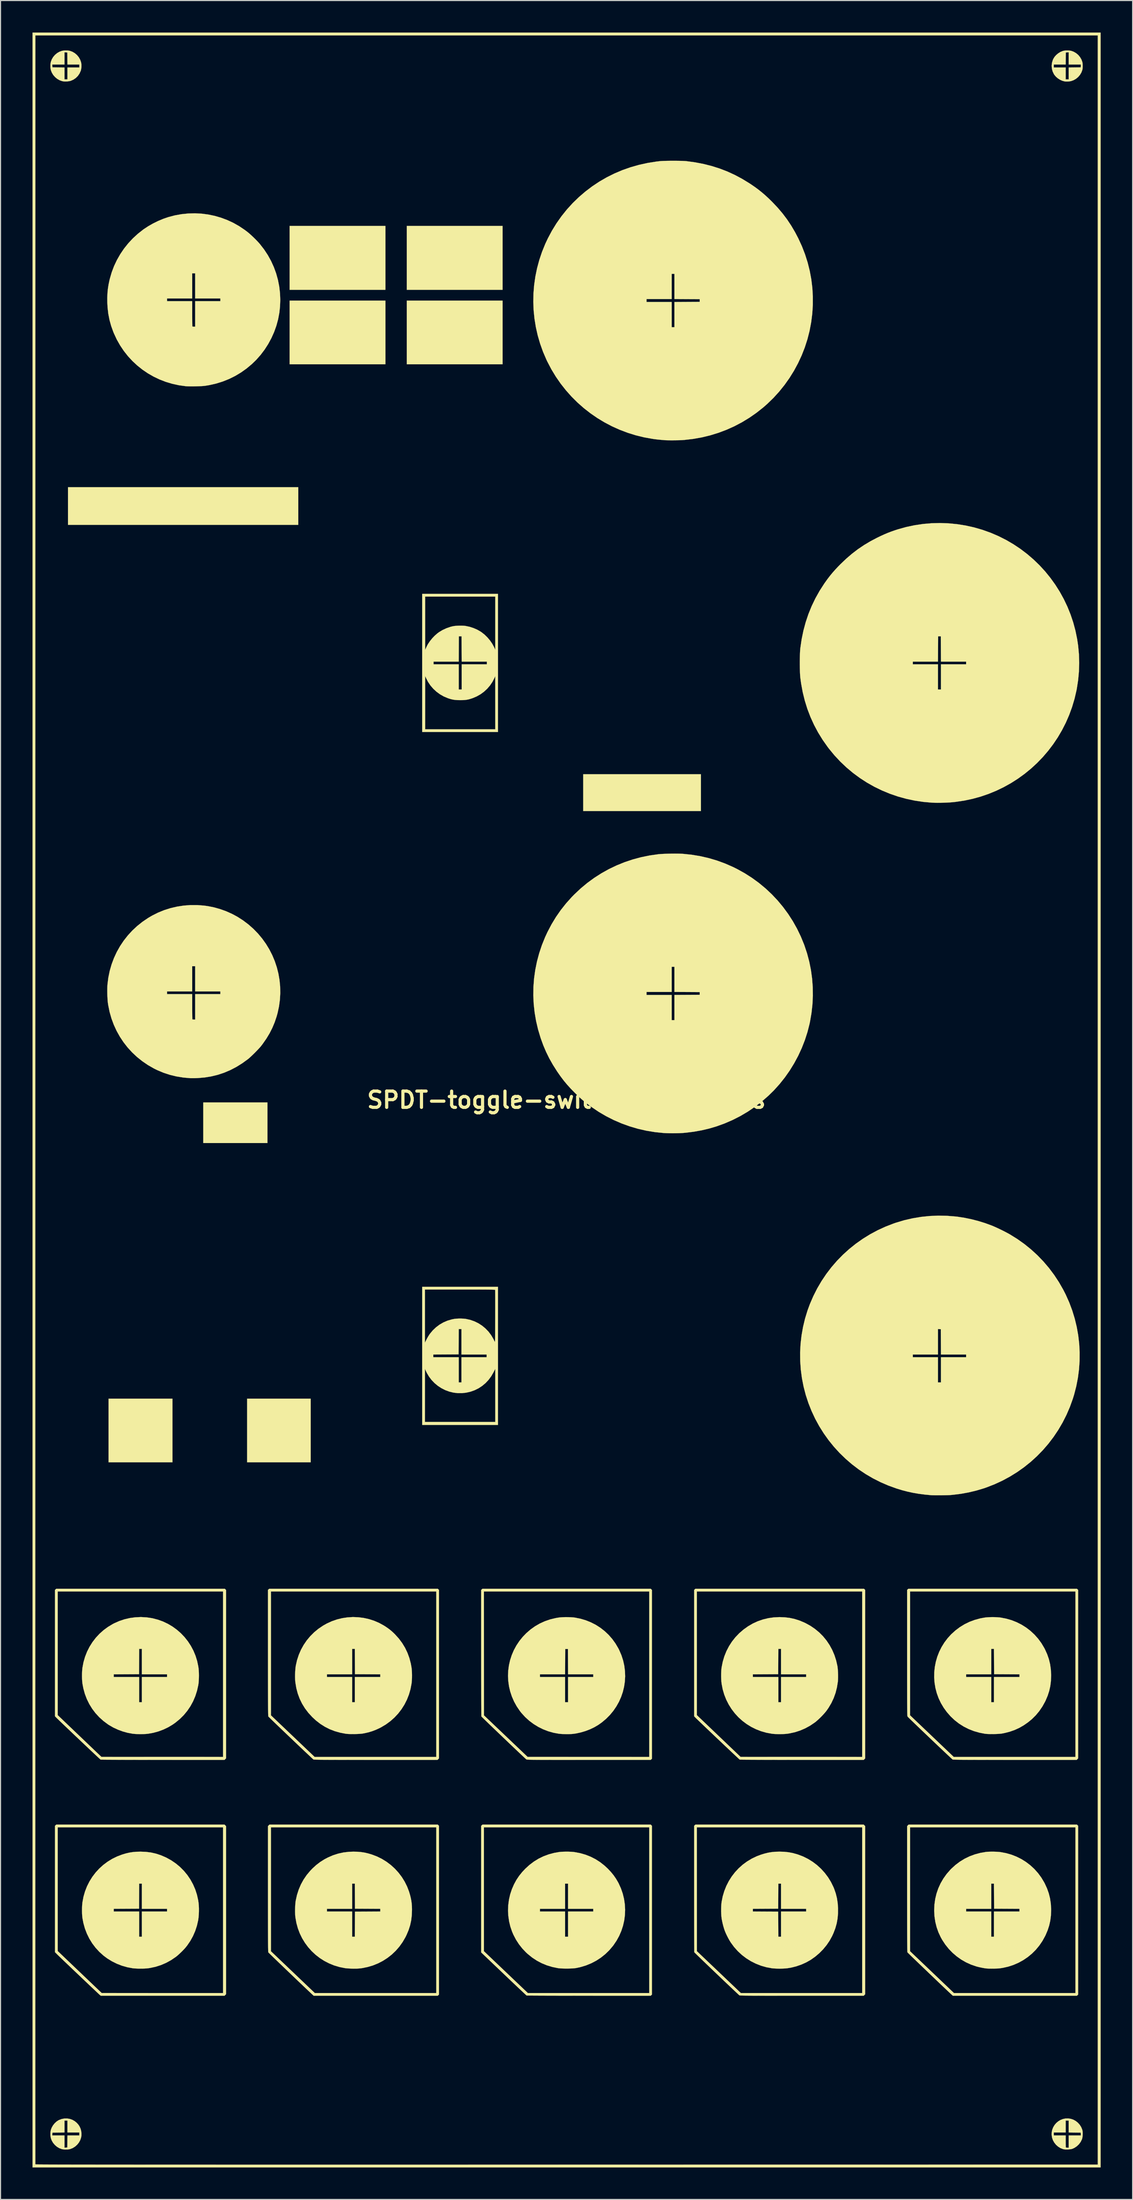
<source format=kicad_pcb>
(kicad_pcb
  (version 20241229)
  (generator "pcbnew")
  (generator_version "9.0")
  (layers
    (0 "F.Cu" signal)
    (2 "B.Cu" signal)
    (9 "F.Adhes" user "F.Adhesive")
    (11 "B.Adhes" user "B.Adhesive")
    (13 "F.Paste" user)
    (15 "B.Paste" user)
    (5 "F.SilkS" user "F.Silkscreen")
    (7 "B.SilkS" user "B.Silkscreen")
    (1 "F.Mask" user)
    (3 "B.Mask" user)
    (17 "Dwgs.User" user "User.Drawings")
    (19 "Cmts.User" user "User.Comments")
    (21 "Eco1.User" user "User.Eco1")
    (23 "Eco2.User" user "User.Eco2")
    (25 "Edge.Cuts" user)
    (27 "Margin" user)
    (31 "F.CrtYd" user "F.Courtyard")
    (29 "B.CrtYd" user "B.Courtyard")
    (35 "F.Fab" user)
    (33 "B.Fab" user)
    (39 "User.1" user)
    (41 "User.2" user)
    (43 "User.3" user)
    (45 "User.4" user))
  (footprint "SPDT-toggle-switch-1M-series"
    (layer "F.Cu")
    (at 50.119 100.132)
    (property "Reference" "SPDT-toggle-switch-1M-series" (at 0 0 0) (layer "F.SilkS") (effects (font (size 1.524 1.524) (thickness 0.3))))
    (attr through_hole)
    (fp_poly (pts (xy -36.982 33.985) (xy -42.977 33.985) (xy -42.977 28.016) (xy -36.982 28.016) (xy -36.982 33.985)) (stroke (width 0.01) (type solid)) (fill yes) (layer "F.SilkS"))
    (fp_poly (pts (xy -28.067 4.039) (xy -34.087 4.039) (xy -34.087 0.229) (xy -28.067 0.229) (xy -28.067 4.039)) (stroke (width 0.01) (type solid)) (fill yes) (layer "F.SilkS"))
    (fp_poly (pts (xy -25.171 -53.95) (xy -46.787 -53.95) (xy -46.787 -57.48) (xy -25.171 -57.48) (xy -25.171 -53.95)) (stroke (width 0.01) (type solid)) (fill yes) (layer "F.SilkS"))
    (fp_poly (pts (xy -24.003 33.985) (xy -29.972 33.985) (xy -29.972 28.016) (xy -24.003 28.016) (xy -24.003 33.985)) (stroke (width 0.01) (type solid)) (fill yes) (layer "F.SilkS"))
    (fp_poly (pts (xy -16.993 -75.997) (xy -25.984 -75.997) (xy -25.984 -81.991) (xy -16.993 -81.991) (xy -16.993 -75.997)) (stroke (width 0.01) (type solid)) (fill yes) (layer "F.SilkS"))
    (fp_poly (pts (xy -16.993 -69.012) (xy -25.984 -69.012) (xy -25.984 -74.981) (xy -16.993 -74.981) (xy -16.993 -69.012)) (stroke (width 0.01) (type solid)) (fill yes) (layer "F.SilkS"))
    (fp_poly (pts (xy -5.994 -75.997) (xy -14.986 -75.997) (xy -14.986 -81.991) (xy -5.994 -81.991) (xy -5.994 -75.997)) (stroke (width 0.01) (type solid)) (fill yes) (layer "F.SilkS"))
    (fp_poly (pts (xy -5.994 -69.012) (xy -14.986 -69.012) (xy -14.986 -74.981) (xy -5.994 -74.981) (xy -5.994 -69.012)) (stroke (width 0.01) (type solid)) (fill yes) (layer "F.SilkS"))
    (fp_poly (pts (xy 12.624 -27.102) (xy 1.575 -27.102) (xy 1.575 -30.556) (xy 12.624 -30.556) (xy 12.624 -27.102)) (stroke (width 0.01) (type solid)) (fill yes) (layer "F.SilkS"))
    (fp_poly (pts (xy -32.021 68.042) (xy -31.953 68.113) (xy -31.953 83.881) (xy -32.09 84.023) (xy -43.707 84.023) (xy -43.78 83.966) (xy -43.808 83.941) (xy -43.871 83.883) (xy -43.964 83.796) (xy -44.085 83.683) (xy -44.231 83.545) (xy -44.399 83.386) (xy -44.586 83.21) (xy -44.789 83.018) (xy -45.005 82.813) (xy -45.231 82.598) (xy -45.464 82.377) (xy -45.702 82.151) (xy -45.941 81.924) (xy -46.178 81.699) (xy -46.41 81.478) (xy -46.635 81.263) (xy -46.849 81.059) (xy -47.05 80.868) (xy -47.234 80.692) (xy -47.399 80.534) (xy -47.541 80.397) (xy -47.658 80.285) (xy -47.747 80.199) (xy -47.804 80.143) (xy -47.809 80.138) (xy -48.006 79.941) (xy -48.006 68.224) (xy -47.752 68.224) (xy -47.752 79.831) (xy -45.688 81.799) (xy -43.624 83.767) (xy -37.929 83.768) (xy -32.233 83.769) (xy -32.233 68.224) (xy -47.752 68.224) (xy -48.006 68.224) (xy -48.006 68.081) (xy -47.947 68.026) (xy -47.888 67.97) (xy -32.09 67.97) (xy -32.021 68.042)) (stroke (width 0.01) (type solid)) (fill yes) (layer "F.SilkS"))
    (fp_poly (pts (xy -46.618 95.577) (xy -46.374 95.663) (xy -46.148 95.793) (xy -45.965 95.945) (xy -45.825 96.099) (xy -45.717 96.256) (xy -45.631 96.435) (xy -45.599 96.517) (xy -45.548 96.712) (xy -45.523 96.93) (xy -45.526 97.147) (xy -45.553 97.317) (xy -45.636 97.564) (xy -45.762 97.793) (xy -45.925 97.997) (xy -46.12 98.171) (xy -46.34 98.309) (xy -46.579 98.404) (xy -46.609 98.413) (xy -46.731 98.434) (xy -46.884 98.445) (xy -47.049 98.446) (xy -47.206 98.437) (xy -47.338 98.418) (xy -47.364 98.411) (xy -47.604 98.321) (xy -47.825 98.188) (xy -48.022 98.018) (xy -48.189 97.818) (xy -48.318 97.594) (xy -48.4 97.366) (xy -48.423 97.232) (xy -48.431 97.13) (xy -48.263 97.13) (xy -47.117 97.13) (xy -47.117 98.275) (xy -46.85 98.26) (xy -46.843 97.695) (xy -46.837 97.13) (xy -45.72 97.13) (xy -45.72 96.85) (xy -46.838 96.85) (xy -46.838 95.733) (xy -47.117 95.733) (xy -47.117 96.849) (xy -48.247 96.863) (xy -48.255 96.996) (xy -48.263 97.13) (xy -48.431 97.13) (xy -48.435 97.071) (xy -48.434 96.9) (xy -48.422 96.741) (xy -48.4 96.623) (xy -48.319 96.402) (xy -48.198 96.189) (xy -48.045 95.995) (xy -47.869 95.83) (xy -47.679 95.704) (xy -47.649 95.689) (xy -47.394 95.591) (xy -47.134 95.54) (xy -46.873 95.536) (xy -46.618 95.577)) (stroke (width 0.01) (type solid)) (fill yes) (layer "F.SilkS"))
    (fp_poly (pts (xy 8.026 68.088) (xy 8.026 83.913) (xy 7.968 83.968) (xy 7.909 84.023) (xy 2.107 84.021) (xy 1.567 84.021) (xy 1.04 84.021) (xy 0.529 84.02) (xy 0.036 84.02) (xy -0.437 84.019) (xy -0.888 84.018) (xy -1.315 84.017) (xy -1.714 84.016) (xy -2.085 84.015) (xy -2.424 84.014) (xy -2.729 84.012) (xy -2.999 84.011) (xy -3.23 84.009) (xy -3.421 84.008) (xy -3.569 84.006) (xy -3.672 84.005) (xy -3.728 84.003) (xy -3.737 84.002) (xy -3.761 83.983) (xy -3.819 83.931) (xy -3.908 83.848) (xy -4.028 83.736) (xy -4.174 83.599) (xy -4.346 83.438) (xy -4.54 83.255) (xy -4.753 83.053) (xy -4.985 82.834) (xy -5.231 82.6) (xy -5.491 82.353) (xy -5.761 82.096) (xy -5.831 82.029) (xy -6.103 81.769) (xy -6.366 81.519) (xy -6.618 81.279) (xy -6.854 81.054) (xy -7.074 80.844) (xy -7.275 80.653) (xy -7.454 80.482) (xy -7.609 80.335) (xy -7.737 80.212) (xy -7.836 80.118) (xy -7.905 80.053) (xy -7.939 80.02) (xy -7.942 80.018) (xy -8.001 79.962) (xy -8.001 68.224) (xy -7.747 68.224) (xy -7.746 79.845) (xy -3.623 83.769) (xy 7.772 83.769) (xy 7.772 68.224) (xy -7.747 68.224) (xy -8.001 68.224) (xy -8.001 68.081) (xy -7.942 68.026) (xy -7.883 67.97) (xy 7.916 67.97) (xy 8.026 68.088)) (stroke (width 0.01) (type solid)) (fill yes) (layer "F.SilkS"))
    (fp_poly (pts (xy -11.963 68.088) (xy -11.963 83.913) (xy -12.022 83.968) (xy -12.081 84.023) (xy -23.725 84.023) (xy -23.843 83.915) (xy -23.921 83.843) (xy -24.028 83.743) (xy -24.162 83.617) (xy -24.319 83.469) (xy -24.496 83.301) (xy -24.691 83.116) (xy -24.901 82.916) (xy -25.123 82.705) (xy -25.354 82.485) (xy -25.591 82.258) (xy -25.832 82.028) (xy -26.073 81.797) (xy -26.312 81.569) (xy -26.546 81.344) (xy -26.772 81.127) (xy -26.988 80.921) (xy -27.189 80.726) (xy -27.375 80.548) (xy -27.541 80.388) (xy -27.685 80.248) (xy -27.804 80.132) (xy -27.895 80.043) (xy -27.956 79.983) (xy -27.983 79.954) (xy -27.984 79.953) (xy -27.988 79.936) (xy -27.991 79.9) (xy -27.994 79.841) (xy -27.997 79.759) (xy -27.999 79.652) (xy -28.002 79.518) (xy -28.004 79.356) (xy -28.006 79.163) (xy -28.008 78.94) (xy -28.009 78.682) (xy -28.011 78.391) (xy -28.012 78.062) (xy -28.013 77.696) (xy -28.014 77.29) (xy -28.014 76.843) (xy -28.015 76.352) (xy -28.015 75.818) (xy -28.016 75.237) (xy -28.016 74.608) (xy -28.016 74.004) (xy -28.016 68.224) (xy -27.737 68.224) (xy -27.737 79.849) (xy -23.621 83.769) (xy -12.217 83.769) (xy -12.217 68.224) (xy -27.737 68.224) (xy -28.016 68.224) (xy -28.016 68.113) (xy -27.948 68.042) (xy -27.88 67.97) (xy -12.074 67.97) (xy -11.963 68.088)) (stroke (width 0.01) (type solid)) (fill yes) (layer "F.SilkS"))
    (fp_poly (pts (xy 28.042 45.965) (xy 28.042 61.757) (xy 27.973 61.829) (xy 27.905 61.9) (xy 22.112 61.898) (xy 21.573 61.898) (xy 21.047 61.898) (xy 20.536 61.897) (xy 20.042 61.896) (xy 19.569 61.895) (xy 19.118 61.894) (xy 18.692 61.893) (xy 18.292 61.892) (xy 17.922 61.89) (xy 17.583 61.889) (xy 17.277 61.887) (xy 17.008 61.886) (xy 16.776 61.884) (xy 16.585 61.882) (xy 16.437 61.88) (xy 16.334 61.878) (xy 16.278 61.876) (xy 16.269 61.875) (xy 16.245 61.856) (xy 16.188 61.804) (xy 16.1 61.723) (xy 15.984 61.615) (xy 15.842 61.482) (xy 15.678 61.328) (xy 15.494 61.155) (xy 15.293 60.966) (xy 15.079 60.764) (xy 14.853 60.551) (xy 14.619 60.329) (xy 14.38 60.103) (xy 14.138 59.874) (xy 13.896 59.645) (xy 13.658 59.419) (xy 13.426 59.198) (xy 13.202 58.985) (xy 12.991 58.784) (xy 12.793 58.596) (xy 12.614 58.424) (xy 12.455 58.271) (xy 12.318 58.14) (xy 12.208 58.034) (xy 12.127 57.955) (xy 12.078 57.905) (xy 12.071 57.898) (xy 11.989 57.811) (xy 11.989 46.101) (xy 12.243 46.101) (xy 12.243 57.702) (xy 14.294 59.66) (xy 16.345 61.617) (xy 27.762 61.62) (xy 27.762 46.101) (xy 12.243 46.101) (xy 11.989 46.101) (xy 11.989 45.957) (xy 12.048 45.902) (xy 12.106 45.847) (xy 27.931 45.847) (xy 28.042 45.965)) (stroke (width 0.01) (type solid)) (fill yes) (layer "F.SilkS"))
    (fp_poly (pts (xy 47.099 -98.447) (xy 47.26 -98.434) (xy 47.379 -98.413) (xy 47.622 -98.324) (xy 47.846 -98.192) (xy 48.045 -98.023) (xy 48.212 -97.822) (xy 48.342 -97.597) (xy 48.425 -97.366) (xy 48.449 -97.232) (xy 48.46 -97.069) (xy 48.46 -96.899) (xy 48.447 -96.739) (xy 48.425 -96.622) (xy 48.335 -96.379) (xy 48.202 -96.156) (xy 48.033 -95.958) (xy 47.832 -95.791) (xy 47.606 -95.661) (xy 47.362 -95.573) (xy 47.339 -95.568) (xy 47.211 -95.547) (xy 47.057 -95.535) (xy 46.903 -95.535) (xy 46.772 -95.545) (xy 46.761 -95.547) (xy 46.545 -95.605) (xy 46.33 -95.703) (xy 46.126 -95.833) (xy 45.946 -95.988) (xy 45.801 -96.16) (xy 45.756 -96.229) (xy 45.638 -96.479) (xy 45.568 -96.74) (xy 45.546 -97.008) (xy 45.558 -97.13) (xy 45.745 -97.13) (xy 45.745 -96.85) (xy 46.863 -96.85) (xy 46.863 -95.733) (xy 47.142 -95.733) (xy 47.142 -96.849) (xy 47.708 -96.856) (xy 48.273 -96.863) (xy 48.288 -97.13) (xy 47.142 -97.13) (xy 47.142 -98.275) (xy 47.009 -98.268) (xy 46.876 -98.26) (xy 46.862 -97.13) (xy 45.745 -97.13) (xy 45.558 -97.13) (xy 45.572 -97.276) (xy 45.648 -97.538) (xy 45.701 -97.661) (xy 45.818 -97.849) (xy 45.975 -98.025) (xy 46.162 -98.181) (xy 46.368 -98.308) (xy 46.583 -98.397) (xy 46.635 -98.413) (xy 46.767 -98.436) (xy 46.928 -98.448) (xy 47.099 -98.447)) (stroke (width 0.01) (type solid)) (fill yes) (layer "F.SilkS"))
    (fp_poly (pts (xy 48.031 68.088) (xy 48.031 83.913) (xy 47.973 83.968) (xy 47.914 84.023) (xy 36.271 84.023) (xy 36.165 83.928) (xy 36.102 83.87) (xy 36.009 83.783) (xy 35.887 83.669) (xy 35.741 83.532) (xy 35.574 83.373) (xy 35.387 83.196) (xy 35.184 83.003) (xy 34.968 82.797) (xy 34.741 82.581) (xy 34.507 82.357) (xy 34.268 82.129) (xy 34.027 81.899) (xy 33.787 81.669) (xy 33.55 81.443) (xy 33.32 81.222) (xy 33.1 81.011) (xy 32.892 80.811) (xy 32.699 80.625) (xy 32.524 80.457) (xy 32.37 80.308) (xy 32.24 80.181) (xy 32.136 80.08) (xy 32.062 80.006) (xy 32.019 79.963) (xy 32.011 79.953) (xy 32.007 79.937) (xy 32.004 79.9) (xy 32.001 79.842) (xy 31.998 79.759) (xy 31.995 79.652) (xy 31.993 79.518) (xy 31.991 79.356) (xy 31.989 79.163) (xy 31.987 78.939) (xy 31.986 78.682) (xy 31.984 78.39) (xy 31.983 78.062) (xy 31.982 77.695) (xy 31.981 77.289) (xy 31.981 76.842) (xy 31.98 76.351) (xy 31.98 75.816) (xy 31.979 75.235) (xy 31.979 74.607) (xy 31.979 74.004) (xy 31.979 68.224) (xy 32.258 68.224) (xy 32.258 79.85) (xy 36.372 83.769) (xy 47.777 83.769) (xy 47.777 68.224) (xy 32.258 68.224) (xy 31.979 68.224) (xy 31.979 68.113) (xy 32.047 68.042) (xy 32.115 67.97) (xy 47.921 67.97) (xy 48.031 68.088)) (stroke (width 0.01) (type solid)) (fill yes) (layer "F.SilkS"))
    (fp_poly (pts (xy -46.888 -98.447) (xy -46.729 -98.435) (xy -46.61 -98.413) (xy -46.364 -98.322) (xy -46.139 -98.188) (xy -45.941 -98.017) (xy -45.774 -97.813) (xy -45.644 -97.583) (xy -45.556 -97.332) (xy -45.552 -97.314) (xy -45.527 -97.141) (xy -45.524 -96.946) (xy -45.541 -96.75) (xy -45.579 -96.575) (xy -45.591 -96.537) (xy -45.706 -96.282) (xy -45.86 -96.058) (xy -46.051 -95.868) (xy -46.276 -95.714) (xy -46.524 -95.603) (xy -46.662 -95.568) (xy -46.83 -95.546) (xy -47.009 -95.538) (xy -47.179 -95.544) (xy -47.321 -95.566) (xy -47.326 -95.567) (xy -47.571 -95.655) (xy -47.798 -95.785) (xy -48 -95.952) (xy -48.172 -96.149) (xy -48.306 -96.372) (xy -48.398 -96.613) (xy -48.4 -96.622) (xy -48.424 -96.754) (xy -48.435 -96.915) (xy -48.434 -97.086) (xy -48.431 -97.13) (xy -48.263 -97.13) (xy -48.255 -96.996) (xy -48.247 -96.863) (xy -47.682 -96.856) (xy -47.117 -96.849) (xy -47.117 -95.733) (xy -46.838 -95.733) (xy -46.838 -96.85) (xy -45.72 -96.85) (xy -45.72 -97.13) (xy -46.837 -97.13) (xy -46.843 -97.695) (xy -46.85 -98.26) (xy -46.984 -98.268) (xy -47.117 -98.275) (xy -47.117 -97.13) (xy -48.263 -97.13) (xy -48.431 -97.13) (xy -48.422 -97.247) (xy -48.4 -97.366) (xy -48.311 -97.61) (xy -48.179 -97.834) (xy -48.01 -98.032) (xy -47.81 -98.199) (xy -47.585 -98.329) (xy -47.353 -98.413) (xy -47.22 -98.436) (xy -47.058 -98.447) (xy -46.888 -98.447)) (stroke (width 0.01) (type solid)) (fill yes) (layer "F.SilkS"))
    (fp_poly (pts (xy -32.008 45.906) (xy -31.953 45.965) (xy -31.953 61.757) (xy -32.09 61.9) (xy -37.883 61.898) (xy -38.422 61.898) (xy -38.948 61.898) (xy -39.459 61.897) (xy -39.952 61.896) (xy -40.426 61.895) (xy -40.876 61.894) (xy -41.303 61.893) (xy -41.702 61.892) (xy -42.073 61.89) (xy -42.412 61.889) (xy -42.718 61.887) (xy -42.987 61.886) (xy -43.219 61.884) (xy -43.409 61.882) (xy -43.558 61.88) (xy -43.661 61.878) (xy -43.717 61.876) (xy -43.726 61.875) (xy -43.749 61.856) (xy -43.806 61.804) (xy -43.895 61.723) (xy -44.011 61.614) (xy -44.153 61.482) (xy -44.317 61.328) (xy -44.501 61.155) (xy -44.702 60.966) (xy -44.916 60.763) (xy -45.142 60.55) (xy -45.376 60.328) (xy -45.616 60.102) (xy -45.858 59.872) (xy -46.1 59.643) (xy -46.338 59.416) (xy -46.571 59.195) (xy -46.795 58.982) (xy -47.007 58.78) (xy -47.205 58.591) (xy -47.385 58.419) (xy -47.545 58.266) (xy -47.682 58.134) (xy -47.793 58.026) (xy -47.875 57.946) (xy -47.926 57.895) (xy -47.936 57.885) (xy -48.006 57.81) (xy -48.006 51.884) (xy -48.006 46.101) (xy -47.752 46.101) (xy -47.752 57.701) (xy -45.701 59.659) (xy -43.65 61.617) (xy -37.941 61.618) (xy -32.233 61.62) (xy -32.233 46.101) (xy -47.752 46.101) (xy -48.006 46.101) (xy -48.006 45.957) (xy -47.947 45.902) (xy -47.888 45.847) (xy -32.064 45.847) (xy -32.008 45.906)) (stroke (width 0.01) (type solid)) (fill yes) (layer "F.SilkS"))
    (fp_poly (pts (xy 47.339 95.568) (xy 47.581 95.649) (xy 47.806 95.774) (xy 48.007 95.935) (xy 48.18 96.126) (xy 48.317 96.342) (xy 48.413 96.575) (xy 48.439 96.676) (xy 48.457 96.812) (xy 48.462 96.974) (xy 48.453 97.145) (xy 48.434 97.308) (xy 48.404 97.446) (xy 48.389 97.489) (xy 48.269 97.733) (xy 48.108 97.952) (xy 47.911 98.14) (xy 47.684 98.292) (xy 47.502 98.377) (xy 47.39 98.408) (xy 47.244 98.43) (xy 47.079 98.442) (xy 46.913 98.445) (xy 46.761 98.436) (xy 46.638 98.417) (xy 46.623 98.413) (xy 46.38 98.318) (xy 46.157 98.181) (xy 45.959 98.008) (xy 45.794 97.804) (xy 45.666 97.577) (xy 45.582 97.332) (xy 45.58 97.327) (xy 45.543 97.067) (xy 45.552 96.85) (xy 45.745 96.85) (xy 45.745 97.13) (xy 46.863 97.13) (xy 46.863 97.684) (xy 46.864 97.847) (xy 46.866 97.993) (xy 46.869 98.113) (xy 46.873 98.201) (xy 46.878 98.249) (xy 46.88 98.256) (xy 46.913 98.266) (xy 46.979 98.272) (xy 47.02 98.273) (xy 47.142 98.273) (xy 47.142 97.13) (xy 48.288 97.13) (xy 48.273 96.863) (xy 47.142 96.849) (xy 47.142 95.733) (xy 46.863 95.733) (xy 46.863 96.85) (xy 45.745 96.85) (xy 45.552 96.85) (xy 45.553 96.815) (xy 45.605 96.574) (xy 45.697 96.348) (xy 45.823 96.142) (xy 45.98 95.959) (xy 46.164 95.803) (xy 46.371 95.679) (xy 46.597 95.589) (xy 46.839 95.539) (xy 47.091 95.531) (xy 47.339 95.568)) (stroke (width 0.01) (type solid)) (fill yes) (layer "F.SilkS"))
    (fp_poly (pts (xy -11.963 45.965) (xy -11.963 61.757) (xy -12.032 61.829) (xy -12.1 61.9) (xy -17.893 61.899) (xy -18.563 61.899) (xy -19.184 61.898) (xy -19.757 61.898) (xy -20.284 61.898) (xy -20.767 61.897) (xy -21.206 61.896) (xy -21.605 61.895) (xy -21.964 61.894) (xy -22.284 61.893) (xy -22.568 61.891) (xy -22.817 61.89) (xy -23.032 61.888) (xy -23.216 61.886) (xy -23.369 61.883) (xy -23.493 61.881) (xy -23.591 61.878) (xy -23.663 61.875) (xy -23.711 61.872) (xy -23.736 61.869) (xy -23.74 61.867) (xy -23.767 61.845) (xy -23.827 61.791) (xy -23.918 61.707) (xy -24.037 61.596) (xy -24.182 61.46) (xy -24.348 61.303) (xy -24.535 61.128) (xy -24.737 60.936) (xy -24.954 60.731) (xy -25.182 60.515) (xy -25.417 60.291) (xy -25.658 60.062) (xy -25.901 59.83) (xy -26.144 59.599) (xy -26.383 59.37) (xy -26.617 59.147) (xy -26.841 58.933) (xy -27.053 58.729) (xy -27.251 58.539) (xy -27.431 58.366) (xy -27.591 58.212) (xy -27.728 58.08) (xy -27.838 57.972) (xy -27.919 57.892) (xy -27.969 57.842) (xy -27.984 57.825) (xy -27.987 57.808) (xy -27.99 57.77) (xy -27.993 57.708) (xy -27.996 57.622) (xy -27.999 57.509) (xy -28.001 57.368) (xy -28.003 57.198) (xy -28.005 56.996) (xy -28.007 56.762) (xy -28.008 56.494) (xy -28.01 56.19) (xy -28.011 55.848) (xy -28.012 55.468) (xy -28.013 55.047) (xy -28.014 54.584) (xy -28.014 54.078) (xy -28.015 53.526) (xy -28.015 52.928) (xy -28.015 52.281) (xy -28.015 51.865) (xy -28.016 46.101) (xy -27.737 46.101) (xy -27.736 57.721) (xy -23.639 61.62) (xy -12.217 61.62) (xy -12.217 46.101) (xy -27.737 46.101) (xy -28.016 46.101) (xy -28.016 45.957) (xy -27.957 45.902) (xy -27.899 45.847) (xy -12.074 45.847) (xy -11.963 45.965)) (stroke (width 0.01) (type solid)) (fill yes) (layer "F.SilkS"))
    (fp_poly (pts (xy 8.026 45.965) (xy 8.026 61.789) (xy 7.968 61.845) (xy 7.909 61.9) (xy 2.107 61.9) (xy 1.465 61.9) (xy 0.873 61.9) (xy 0.327 61.899) (xy -0.173 61.899) (xy -0.631 61.899) (xy -1.047 61.899) (xy -1.425 61.898) (xy -1.765 61.897) (xy -2.071 61.897) (xy -2.343 61.896) (xy -2.583 61.895) (xy -2.795 61.893) (xy -2.979 61.892) (xy -3.137 61.89) (xy -3.272 61.888) (xy -3.386 61.886) (xy -3.48 61.884) (xy -3.557 61.881) (xy -3.618 61.878) (xy -3.665 61.875) (xy -3.7 61.871) (xy -3.726 61.867) (xy -3.744 61.863) (xy -3.756 61.858) (xy -3.761 61.855) (xy -3.791 61.83) (xy -3.853 61.773) (xy -3.947 61.687) (xy -4.067 61.574) (xy -4.213 61.437) (xy -4.381 61.279) (xy -4.567 61.102) (xy -4.77 60.91) (xy -4.987 60.704) (xy -5.214 60.488) (xy -5.449 60.265) (xy -5.688 60.036) (xy -5.931 59.805) (xy -6.172 59.574) (xy -6.41 59.347) (xy -6.641 59.125) (xy -6.864 58.912) (xy -7.074 58.71) (xy -7.269 58.522) (xy -7.447 58.35) (xy -7.605 58.198) (xy -7.739 58.067) (xy -7.847 57.962) (xy -7.926 57.884) (xy -7.973 57.836) (xy -7.986 57.821) (xy -7.987 57.792) (xy -7.988 57.715) (xy -7.99 57.591) (xy -7.991 57.424) (xy -7.992 57.214) (xy -7.993 56.965) (xy -7.995 56.679) (xy -7.996 56.357) (xy -7.997 56.003) (xy -7.998 55.618) (xy -7.998 55.205) (xy -7.999 54.766) (xy -8 54.303) (xy -8 53.819) (xy -8.001 53.315) (xy -8.001 52.794) (xy -8.001 52.259) (xy -8.001 51.869) (xy -8.001 46.101) (xy -7.747 46.101) (xy -7.745 51.911) (xy -7.743 57.721) (xy -5.694 59.67) (xy -3.645 61.619) (xy 7.772 61.62) (xy 7.772 46.101) (xy -7.747 46.101) (xy -8.001 46.101) (xy -8.001 45.957) (xy -7.942 45.902) (xy -7.883 45.847) (xy 7.916 45.847) (xy 8.026 45.965)) (stroke (width 0.01) (type solid)) (fill yes) (layer "F.SilkS"))
    (fp_poly (pts (xy 48.031 45.965) (xy 48.031 61.757) (xy 47.963 61.829) (xy 47.895 61.9) (xy 42.102 61.899) (xy 41.432 61.899) (xy 40.811 61.898) (xy 40.238 61.898) (xy 39.711 61.898) (xy 39.228 61.897) (xy 38.788 61.896) (xy 38.39 61.895) (xy 38.031 61.894) (xy 37.711 61.893) (xy 37.427 61.891) (xy 37.178 61.89) (xy 36.962 61.888) (xy 36.779 61.886) (xy 36.626 61.883) (xy 36.501 61.881) (xy 36.404 61.878) (xy 36.332 61.875) (xy 36.284 61.872) (xy 36.258 61.869) (xy 36.254 61.867) (xy 36.227 61.845) (xy 36.167 61.79) (xy 36.075 61.706) (xy 35.955 61.595) (xy 35.81 61.459) (xy 35.643 61.302) (xy 35.457 61.126) (xy 35.253 60.934) (xy 35.036 60.728) (xy 34.808 60.512) (xy 34.573 60.289) (xy 34.332 60.06) (xy 34.088 59.828) (xy 33.846 59.597) (xy 33.606 59.369) (xy 33.373 59.146) (xy 33.15 58.932) (xy 32.938 58.73) (xy 32.741 58.541) (xy 32.563 58.369) (xy 32.404 58.216) (xy 32.27 58.085) (xy 32.161 57.979) (xy 32.082 57.901) (xy 32.035 57.853) (xy 32.023 57.839) (xy 32.018 57.83) (xy 32.014 57.816) (xy 32.01 57.796) (xy 32.006 57.767) (xy 32.002 57.728) (xy 31.999 57.677) (xy 31.996 57.611) (xy 31.994 57.529) (xy 31.991 57.429) (xy 31.989 57.309) (xy 31.988 57.167) (xy 31.986 57.001) (xy 31.985 56.809) (xy 31.983 56.59) (xy 31.982 56.34) (xy 31.981 56.059) (xy 31.981 55.745) (xy 31.98 55.394) (xy 31.98 55.007) (xy 31.979 54.58) (xy 31.979 54.111) (xy 31.979 53.6) (xy 31.979 53.043) (xy 31.979 52.439) (xy 31.979 51.865) (xy 31.979 46.101) (xy 32.258 46.101) (xy 32.258 57.721) (xy 36.354 61.62) (xy 47.777 61.62) (xy 47.777 46.101) (xy 32.258 46.101) (xy 31.979 46.101) (xy 31.979 45.957) (xy 32.037 45.902) (xy 32.096 45.847) (xy 47.921 45.847) (xy 48.031 45.965)) (stroke (width 0.01) (type solid)) (fill yes) (layer "F.SilkS"))
    (fp_poly (pts (xy 27.973 68.042) (xy 28.042 68.113) (xy 28.042 83.881) (xy 27.973 83.952) (xy 27.905 84.023) (xy 22.1 84.023) (xy 21.458 84.023) (xy 20.866 84.023) (xy 20.32 84.023) (xy 19.819 84.023) (xy 19.361 84.022) (xy 18.944 84.022) (xy 18.567 84.021) (xy 18.226 84.021) (xy 17.921 84.02) (xy 17.649 84.019) (xy 17.408 84.018) (xy 17.196 84.017) (xy 17.012 84.015) (xy 16.853 84.014) (xy 16.718 84.012) (xy 16.604 84.01) (xy 16.51 84.007) (xy 16.434 84.005) (xy 16.373 84.002) (xy 16.325 83.998) (xy 16.29 83.995) (xy 16.264 83.991) (xy 16.246 83.986) (xy 16.234 83.982) (xy 16.229 83.979) (xy 16.199 83.954) (xy 16.136 83.897) (xy 16.043 83.81) (xy 15.922 83.697) (xy 15.777 83.56) (xy 15.609 83.402) (xy 15.423 83.226) (xy 15.22 83.033) (xy 15.003 82.828) (xy 14.776 82.612) (xy 14.541 82.388) (xy 14.301 82.159) (xy 14.059 81.928) (xy 13.818 81.698) (xy 13.58 81.47) (xy 13.349 81.248) (xy 13.126 81.035) (xy 12.916 80.833) (xy 12.72 80.645) (xy 12.543 80.473) (xy 12.385 80.321) (xy 12.251 80.191) (xy 12.143 80.085) (xy 12.064 80.007) (xy 12.017 79.959) (xy 12.004 79.944) (xy 12.003 79.916) (xy 12.001 79.838) (xy 12 79.715) (xy 11.999 79.547) (xy 11.998 79.338) (xy 11.996 79.089) (xy 11.995 78.802) (xy 11.994 78.481) (xy 11.993 78.127) (xy 11.992 77.742) (xy 11.991 77.329) (xy 11.991 76.89) (xy 11.99 76.427) (xy 11.99 75.942) (xy 11.989 75.438) (xy 11.989 74.918) (xy 11.989 74.382) (xy 11.989 73.993) (xy 11.989 68.224) (xy 12.243 68.224) (xy 12.245 74.035) (xy 12.247 79.845) (xy 14.309 81.806) (xy 16.37 83.768) (xy 22.066 83.768) (xy 27.762 83.769) (xy 27.762 68.224) (xy 12.243 68.224) (xy 11.989 68.224) (xy 11.989 68.081) (xy 12.048 68.026) (xy 12.106 67.97) (xy 27.905 67.97) (xy 27.973 68.042)) (stroke (width 0.01) (type solid)) (fill yes) (layer "F.SilkS"))
    (fp_poly (pts (xy 0.153 48.51) (xy 0.394 48.517) (xy 0.614 48.532) (xy 0.775 48.55) (xy 1.3 48.653) (xy 1.806 48.802) (xy 2.29 48.995) (xy 2.75 49.23) (xy 3.183 49.506) (xy 3.588 49.822) (xy 3.962 50.175) (xy 4.303 50.564) (xy 4.608 50.988) (xy 4.876 51.445) (xy 4.954 51.6) (xy 5.161 52.08) (xy 5.32 52.569) (xy 5.43 53.064) (xy 5.493 53.561) (xy 5.511 54.058) (xy 5.483 54.553) (xy 5.41 55.041) (xy 5.294 55.52) (xy 5.135 55.988) (xy 4.934 56.441) (xy 4.691 56.876) (xy 4.409 57.29) (xy 4.086 57.681) (xy 3.725 58.045) (xy 3.326 58.38) (xy 2.984 58.622) (xy 2.618 58.837) (xy 2.217 59.029) (xy 1.792 59.192) (xy 1.354 59.323) (xy 0.916 59.419) (xy 0.622 59.461) (xy 0.463 59.473) (xy 0.268 59.481) (xy 0.053 59.483) (xy -0.169 59.48) (xy -0.382 59.473) (xy -0.572 59.461) (xy -0.699 59.448) (xy -1.206 59.356) (xy -1.702 59.217) (xy -2.183 59.032) (xy -2.644 58.804) (xy -3.082 58.535) (xy -3.493 58.228) (xy -3.873 57.883) (xy -4.219 57.505) (xy -4.369 57.315) (xy -4.665 56.881) (xy -4.915 56.429) (xy -5.119 55.962) (xy -5.278 55.484) (xy -5.392 54.998) (xy -5.46 54.506) (xy -5.484 54.012) (xy -5.478 53.873) (xy -2.489 53.873) (xy -2.489 54.127) (xy -0.127 54.127) (xy -0.127 56.49) (xy 0.152 56.49) (xy 0.152 54.127) (xy 2.515 54.127) (xy 2.515 53.873) (xy 0.153 53.873) (xy 0.14 51.498) (xy -0.114 51.498) (xy -0.121 52.686) (xy -0.128 53.873) (xy -2.489 53.873) (xy -5.478 53.873) (xy -5.463 53.518) (xy -5.398 53.029) (xy -5.288 52.546) (xy -5.135 52.074) (xy -4.939 51.614) (xy -4.699 51.171) (xy -4.416 50.747) (xy -4.09 50.345) (xy -3.771 50.015) (xy -3.371 49.668) (xy -2.945 49.365) (xy -2.494 49.105) (xy -2.018 48.89) (xy -1.519 48.719) (xy -0.997 48.594) (xy -0.749 48.551) (xy -0.563 48.53) (xy -0.341 48.516) (xy -0.097 48.509) (xy 0.153 48.51)) (stroke (width 0.01) (type solid)) (fill yes) (layer "F.SilkS"))
    (fp_poly (pts (xy -6.426 -34.519) (xy -13.538 -34.519) (xy -13.538 -34.773) (xy -13.259 -34.773) (xy -6.68 -34.773) (xy -6.682 -39.764) (xy -6.756 -39.592) (xy -6.941 -39.229) (xy -7.168 -38.89) (xy -7.433 -38.581) (xy -7.733 -38.303) (xy -8.064 -38.06) (xy -8.422 -37.857) (xy -8.803 -37.695) (xy -8.828 -37.687) (xy -9.034 -37.62) (xy -9.219 -37.57) (xy -9.397 -37.537) (xy -9.585 -37.517) (xy -9.796 -37.507) (xy -9.982 -37.506) (xy -10.231 -37.511) (xy -10.446 -37.527) (xy -10.641 -37.555) (xy -10.832 -37.598) (xy -11.035 -37.659) (xy -11.138 -37.695) (xy -11.516 -37.854) (xy -11.872 -38.057) (xy -12.201 -38.299) (xy -12.501 -38.576) (xy -12.767 -38.885) (xy -12.994 -39.222) (xy -13.179 -39.583) (xy -13.183 -39.592) (xy -13.257 -39.764) (xy -13.258 -37.268) (xy -13.259 -34.773) (xy -13.538 -34.773) (xy -13.538 -41.123) (xy -12.471 -41.123) (xy -12.471 -40.869) (xy -10.109 -40.869) (xy -10.109 -38.506) (xy -9.83 -38.506) (xy -9.83 -40.869) (xy -7.468 -40.869) (xy -7.468 -41.123) (xy -9.829 -41.123) (xy -9.842 -43.498) (xy -10.097 -43.498) (xy -10.103 -42.31) (xy -10.11 -41.123) (xy -12.471 -41.123) (xy -13.538 -41.123) (xy -13.538 -47.219) (xy -13.259 -47.219) (xy -13.258 -42.227) (xy -13.174 -42.42) (xy -13.118 -42.539) (xy -13.053 -42.668) (xy -12.992 -42.775) (xy -12.812 -43.042) (xy -12.601 -43.304) (xy -12.368 -43.548) (xy -12.125 -43.762) (xy -11.963 -43.882) (xy -11.632 -44.081) (xy -11.272 -44.249) (xy -10.895 -44.38) (xy -10.668 -44.437) (xy -10.509 -44.463) (xy -10.314 -44.482) (xy -10.101 -44.492) (xy -9.884 -44.494) (xy -9.678 -44.488) (xy -9.499 -44.472) (xy -9.461 -44.466) (xy -9.087 -44.387) (xy -8.716 -44.266) (xy -8.361 -44.11) (xy -8.036 -43.922) (xy -7.983 -43.886) (xy -7.696 -43.662) (xy -7.425 -43.4) (xy -7.179 -43.11) (xy -6.966 -42.802) (xy -6.794 -42.485) (xy -6.765 -42.42) (xy -6.681 -42.227) (xy -6.681 -44.723) (xy -6.68 -47.219) (xy -13.259 -47.219) (xy -13.538 -47.219) (xy -13.538 -47.473) (xy -6.426 -47.473) (xy -6.426 -34.519)) (stroke (width 0.01) (type solid)) (fill yes) (layer "F.SilkS"))
    (fp_poly (pts (xy 0.184 70.509) (xy 0.424 70.518) (xy 0.639 70.534) (xy 0.752 70.548) (xy 1.281 70.647) (xy 1.787 70.792) (xy 2.271 70.982) (xy 2.732 71.217) (xy 3.168 71.497) (xy 3.581 71.822) (xy 3.888 72.108) (xy 4.182 72.421) (xy 4.435 72.732) (xy 4.657 73.054) (xy 4.857 73.398) (xy 4.899 73.478) (xy 5.116 73.955) (xy 5.285 74.444) (xy 5.407 74.943) (xy 5.481 75.447) (xy 5.508 75.953) (xy 5.489 76.459) (xy 5.423 76.961) (xy 5.311 77.456) (xy 5.154 77.939) (xy 4.951 78.409) (xy 4.702 78.861) (xy 4.409 79.293) (xy 4.363 79.353) (xy 4.021 79.756) (xy 3.646 80.12) (xy 3.239 80.445) (xy 2.803 80.73) (xy 2.34 80.973) (xy 1.852 81.174) (xy 1.34 81.331) (xy 0.927 81.422) (xy 0.775 81.443) (xy 0.585 81.459) (xy 0.366 81.47) (xy 0.133 81.475) (xy -0.105 81.475) (xy -0.335 81.47) (xy -0.546 81.46) (xy -0.726 81.443) (xy -0.8 81.433) (xy -1.33 81.324) (xy -1.838 81.17) (xy -2.323 80.971) (xy -2.785 80.726) (xy -3.223 80.437) (xy -3.637 80.102) (xy -3.788 79.964) (xy -4.14 79.595) (xy -4.458 79.191) (xy -4.739 78.757) (xy -4.978 78.299) (xy -5.1 78.016) (xy -5.265 77.535) (xy -5.383 77.038) (xy -5.456 76.532) (xy -5.482 76.022) (xy -5.475 75.87) (xy -2.489 75.87) (xy -2.489 76.124) (xy -0.127 76.124) (xy -0.127 78.486) (xy 0.152 78.486) (xy 0.152 76.124) (xy 2.515 76.124) (xy 2.515 75.87) (xy 0.152 75.87) (xy 0.152 73.508) (xy -0.127 73.508) (xy -0.127 75.87) (xy -2.489 75.87) (xy -5.475 75.87) (xy -5.461 75.512) (xy -5.394 75.007) (xy -5.281 74.512) (xy -5.122 74.033) (xy -5.119 74.026) (xy -4.924 73.578) (xy -4.702 73.167) (xy -4.446 72.783) (xy -4.152 72.417) (xy -3.863 72.11) (xy -3.467 71.749) (xy -3.049 71.434) (xy -2.61 71.164) (xy -2.147 70.94) (xy -1.66 70.76) (xy -1.149 70.624) (xy -0.724 70.548) (xy -0.535 70.527) (xy -0.311 70.514) (xy -0.066 70.508) (xy 0.184 70.509)) (stroke (width 0.01) (type solid)) (fill yes) (layer "F.SilkS"))
    (fp_poly (pts (xy 40.204 48.51) (xy 40.452 48.521) (xy 40.675 48.54) (xy 40.751 48.55) (xy 41.272 48.649) (xy 41.775 48.794) (xy 42.258 48.983) (xy 42.717 49.215) (xy 43.152 49.488) (xy 43.558 49.8) (xy 43.933 50.149) (xy 44.276 50.533) (xy 44.583 50.951) (xy 44.851 51.401) (xy 44.918 51.53) (xy 45.125 51.989) (xy 45.285 52.45) (xy 45.399 52.92) (xy 45.468 53.406) (xy 45.496 53.913) (xy 45.496 54.013) (xy 45.476 54.509) (xy 45.417 54.98) (xy 45.315 55.434) (xy 45.17 55.882) (xy 44.979 56.333) (xy 44.934 56.426) (xy 44.679 56.887) (xy 44.386 57.318) (xy 44.055 57.716) (xy 43.688 58.079) (xy 43.321 58.38) (xy 42.916 58.66) (xy 42.505 58.896) (xy 42.079 59.091) (xy 41.632 59.249) (xy 41.155 59.374) (xy 40.907 59.424) (xy 40.776 59.442) (xy 40.605 59.457) (xy 40.407 59.468) (xy 40.192 59.475) (xy 39.972 59.478) (xy 39.759 59.477) (xy 39.563 59.471) (xy 39.397 59.461) (xy 39.294 59.45) (xy 38.759 59.347) (xy 38.246 59.2) (xy 37.756 59.008) (xy 37.29 58.773) (xy 36.852 58.496) (xy 36.442 58.178) (xy 36.062 57.82) (xy 35.713 57.422) (xy 35.413 57.01) (xy 35.15 56.57) (xy 34.933 56.112) (xy 34.762 55.639) (xy 34.636 55.156) (xy 34.555 54.666) (xy 34.518 54.171) (xy 34.523 53.873) (xy 37.516 53.873) (xy 37.516 54.127) (xy 39.878 54.127) (xy 39.878 56.49) (xy 40.132 56.49) (xy 40.132 54.127) (xy 42.52 54.127) (xy 42.52 53.874) (xy 40.145 53.861) (xy 40.138 52.673) (xy 40.131 51.486) (xy 39.878 51.486) (xy 39.878 53.873) (xy 37.516 53.873) (xy 34.523 53.873) (xy 34.526 53.676) (xy 34.578 53.184) (xy 34.673 52.697) (xy 34.811 52.22) (xy 34.992 51.756) (xy 35.216 51.308) (xy 35.482 50.88) (xy 35.79 50.475) (xy 36.112 50.122) (xy 36.507 49.763) (xy 36.927 49.447) (xy 37.373 49.174) (xy 37.844 48.946) (xy 38.339 48.763) (xy 38.857 48.624) (xy 39.256 48.551) (xy 39.456 48.528) (xy 39.691 48.514) (xy 39.945 48.508) (xy 40.204 48.51)) (stroke (width 0.01) (type solid)) (fill yes) (layer "F.SilkS"))
    (fp_poly (pts (xy -39.421 48.529) (xy -38.903 48.606) (xy -38.837 48.62) (xy -38.336 48.751) (xy -37.856 48.926) (xy -37.398 49.145) (xy -36.965 49.403) (xy -36.559 49.699) (xy -36.182 50.03) (xy -35.837 50.394) (xy -35.526 50.788) (xy -35.251 51.209) (xy -35.014 51.656) (xy -34.818 52.125) (xy -34.666 52.614) (xy -34.558 53.121) (xy -34.53 53.315) (xy -34.512 53.509) (xy -34.501 53.735) (xy -34.497 53.978) (xy -34.501 54.225) (xy -34.511 54.464) (xy -34.528 54.68) (xy -34.552 54.86) (xy -34.555 54.877) (xy -34.675 55.413) (xy -34.839 55.924) (xy -35.046 56.409) (xy -35.296 56.867) (xy -35.587 57.296) (xy -35.918 57.697) (xy -36.29 58.067) (xy -36.702 58.405) (xy -36.958 58.586) (xy -37.381 58.839) (xy -37.833 59.055) (xy -38.307 59.231) (xy -38.793 59.363) (xy -39.276 59.448) (xy -39.478 59.468) (xy -39.714 59.479) (xy -39.969 59.483) (xy -40.225 59.48) (xy -40.468 59.469) (xy -40.68 59.45) (xy -40.729 59.444) (xy -41.186 59.36) (xy -41.646 59.233) (xy -42.099 59.066) (xy -42.534 58.864) (xy -42.938 58.631) (xy -43.023 58.576) (xy -43.454 58.256) (xy -43.847 57.903) (xy -44.202 57.519) (xy -44.515 57.105) (xy -44.788 56.663) (xy -45.018 56.196) (xy -45.205 55.704) (xy -45.346 55.189) (xy -45.429 54.75) (xy -45.452 54.548) (xy -45.466 54.311) (xy -45.472 54.055) (xy -45.47 53.874) (xy -42.494 53.874) (xy -42.494 54.127) (xy -40.107 54.127) (xy -40.107 56.49) (xy -39.853 56.49) (xy -39.853 54.127) (xy -37.49 54.127) (xy -37.49 53.873) (xy -39.853 53.873) (xy -39.853 51.486) (xy -40.106 51.486) (xy -40.119 53.861) (xy -42.494 53.874) (xy -45.47 53.874) (xy -45.469 53.795) (xy -45.458 53.546) (xy -45.439 53.323) (xy -45.43 53.252) (xy -45.331 52.733) (xy -45.186 52.231) (xy -44.997 51.749) (xy -44.765 51.29) (xy -44.492 50.856) (xy -44.18 50.449) (xy -43.832 50.073) (xy -43.448 49.731) (xy -43.031 49.424) (xy -42.583 49.155) (xy -42.456 49.089) (xy -41.979 48.877) (xy -41.485 48.712) (xy -40.978 48.594) (xy -40.462 48.524) (xy -39.942 48.502) (xy -39.421 48.529)) (stroke (width 0.01) (type solid)) (fill yes) (layer "F.SilkS"))
    (fp_poly (pts (xy -19.626 70.516) (xy -19.281 70.545) (xy -18.951 70.596) (xy -18.619 70.672) (xy -18.268 70.776) (xy -18.257 70.78) (xy -17.775 70.964) (xy -17.316 71.191) (xy -16.882 71.46) (xy -16.476 71.767) (xy -16.1 72.109) (xy -15.758 72.485) (xy -15.451 72.89) (xy -15.183 73.323) (xy -14.955 73.781) (xy -14.771 74.26) (xy -14.669 74.609) (xy -14.604 74.88) (xy -14.557 75.125) (xy -14.525 75.362) (xy -14.506 75.609) (xy -14.498 75.883) (xy -14.498 75.984) (xy -14.516 76.486) (xy -14.574 76.962) (xy -14.674 77.421) (xy -14.818 77.87) (xy -15.008 78.318) (xy -15.114 78.534) (xy -15.378 78.988) (xy -15.68 79.411) (xy -16.018 79.8) (xy -16.389 80.153) (xy -16.791 80.469) (xy -17.222 80.747) (xy -17.677 80.984) (xy -18.156 81.178) (xy -18.656 81.328) (xy -19.173 81.432) (xy -19.354 81.457) (xy -19.527 81.472) (xy -19.735 81.48) (xy -19.965 81.482) (xy -20.202 81.477) (xy -20.432 81.467) (xy -20.641 81.45) (xy -20.796 81.432) (xy -21.31 81.329) (xy -21.805 81.181) (xy -22.278 80.989) (xy -22.728 80.757) (xy -23.152 80.486) (xy -23.548 80.179) (xy -23.913 79.838) (xy -24.246 79.465) (xy -24.544 79.063) (xy -24.806 78.634) (xy -25.028 78.181) (xy -25.208 77.705) (xy -25.345 77.209) (xy -25.437 76.695) (xy -25.453 76.558) (xy -25.465 76.384) (xy -25.471 76.177) (xy -25.471 75.951) (xy -25.469 75.87) (xy -22.479 75.87) (xy -22.479 76.124) (xy -20.117 76.124) (xy -20.117 78.486) (xy -19.863 78.486) (xy -19.85 76.136) (xy -18.663 76.13) (xy -17.475 76.123) (xy -17.475 75.87) (xy -19.85 75.857) (xy -19.863 73.508) (xy -20.117 73.508) (xy -20.117 75.87) (xy -22.479 75.87) (xy -25.469 75.87) (xy -25.465 75.72) (xy -25.454 75.497) (xy -25.437 75.295) (xy -25.416 75.129) (xy -25.412 75.108) (xy -25.294 74.575) (xy -25.132 74.068) (xy -24.927 73.588) (xy -24.678 73.133) (xy -24.386 72.705) (xy -24.049 72.301) (xy -23.835 72.08) (xy -23.481 71.758) (xy -23.116 71.479) (xy -22.731 71.235) (xy -22.39 71.055) (xy -21.915 70.849) (xy -21.432 70.693) (xy -20.937 70.584) (xy -20.427 70.523) (xy -20.003 70.508) (xy -19.626 70.516)) (stroke (width 0.01) (type solid)) (fill yes) (layer "F.SilkS"))
    (fp_poly (pts (xy 40.161 70.51) (xy 40.38 70.518) (xy 40.581 70.531) (xy 40.742 70.549) (xy 41.262 70.646) (xy 41.765 70.789) (xy 42.248 70.977) (xy 42.708 71.208) (xy 43.142 71.48) (xy 43.549 71.791) (xy 43.925 72.139) (xy 44.268 72.523) (xy 44.576 72.941) (xy 44.845 73.391) (xy 44.902 73.5) (xy 45.112 73.958) (xy 45.274 74.415) (xy 45.391 74.881) (xy 45.464 75.36) (xy 45.495 75.862) (xy 45.496 76.01) (xy 45.476 76.505) (xy 45.417 76.974) (xy 45.316 77.429) (xy 45.171 77.877) (xy 44.98 78.328) (xy 44.934 78.422) (xy 44.681 78.882) (xy 44.389 79.311) (xy 44.06 79.708) (xy 43.698 80.069) (xy 43.304 80.394) (xy 42.881 80.681) (xy 42.432 80.928) (xy 41.96 81.133) (xy 41.466 81.295) (xy 40.954 81.41) (xy 40.641 81.457) (xy 40.547 81.465) (xy 40.414 81.471) (xy 40.255 81.475) (xy 40.08 81.478) (xy 39.903 81.479) (xy 39.733 81.478) (xy 39.584 81.475) (xy 39.468 81.469) (xy 39.421 81.465) (xy 39.26 81.443) (xy 39.069 81.41) (xy 38.864 81.368) (xy 38.663 81.322) (xy 38.483 81.275) (xy 38.465 81.27) (xy 37.976 81.102) (xy 37.507 80.889) (xy 37.061 80.633) (xy 36.641 80.336) (xy 36.249 80.001) (xy 35.889 79.63) (xy 35.563 79.224) (xy 35.274 78.787) (xy 35.134 78.537) (xy 34.919 78.077) (xy 34.749 77.595) (xy 34.625 77.095) (xy 34.548 76.581) (xy 34.519 76.056) (xy 34.519 75.997) (xy 34.524 75.87) (xy 37.516 75.87) (xy 37.516 76.124) (xy 39.878 76.124) (xy 39.878 78.486) (xy 40.132 78.486) (xy 40.132 76.124) (xy 42.52 76.124) (xy 42.52 75.87) (xy 40.145 75.857) (xy 40.131 73.508) (xy 39.878 73.508) (xy 39.878 75.87) (xy 37.516 75.87) (xy 34.524 75.87) (xy 34.543 75.463) (xy 34.616 74.943) (xy 34.737 74.438) (xy 34.905 73.95) (xy 35.119 73.481) (xy 35.379 73.033) (xy 35.682 72.608) (xy 36.03 72.209) (xy 36.122 72.114) (xy 36.516 71.755) (xy 36.935 71.441) (xy 37.379 71.17) (xy 37.849 70.943) (xy 38.342 70.761) (xy 38.859 70.623) (xy 39.368 70.535) (xy 39.525 70.52) (xy 39.719 70.511) (xy 39.936 70.508) (xy 40.161 70.51)) (stroke (width 0.01) (type solid)) (fill yes) (layer "F.SilkS"))
    (fp_poly (pts (xy 20.489 48.525) (xy 20.964 48.583) (xy 21.422 48.683) (xy 21.874 48.827) (xy 22.327 49.017) (xy 22.441 49.071) (xy 22.903 49.325) (xy 23.332 49.618) (xy 23.729 49.947) (xy 24.09 50.31) (xy 24.415 50.706) (xy 24.701 51.133) (xy 24.948 51.587) (xy 25.154 52.068) (xy 25.317 52.573) (xy 25.436 53.1) (xy 25.438 53.111) (xy 25.459 53.267) (xy 25.476 53.46) (xy 25.489 53.677) (xy 25.496 53.903) (xy 25.497 54.126) (xy 25.493 54.332) (xy 25.483 54.507) (xy 25.478 54.559) (xy 25.392 55.097) (xy 25.262 55.612) (xy 25.085 56.104) (xy 24.864 56.575) (xy 24.595 57.027) (xy 24.406 57.297) (xy 24.283 57.45) (xy 24.131 57.622) (xy 23.96 57.803) (xy 23.779 57.983) (xy 23.601 58.15) (xy 23.434 58.296) (xy 23.317 58.388) (xy 22.874 58.688) (xy 22.411 58.941) (xy 21.93 59.148) (xy 21.433 59.307) (xy 20.923 59.418) (xy 20.719 59.448) (xy 20.529 59.467) (xy 20.306 59.478) (xy 20.065 59.483) (xy 19.821 59.481) (xy 19.589 59.473) (xy 19.384 59.458) (xy 19.291 59.447) (xy 18.775 59.353) (xy 18.278 59.213) (xy 17.801 59.029) (xy 17.347 58.804) (xy 16.918 58.539) (xy 16.517 58.238) (xy 16.145 57.902) (xy 15.806 57.533) (xy 15.501 57.134) (xy 15.232 56.707) (xy 15.002 56.255) (xy 14.813 55.778) (xy 14.667 55.281) (xy 14.567 54.764) (xy 14.565 54.748) (xy 14.542 54.542) (xy 14.528 54.303) (xy 14.522 54.047) (xy 14.523 53.874) (xy 17.501 53.874) (xy 17.501 54.127) (xy 19.888 54.127) (xy 19.888 56.49) (xy 20.142 56.49) (xy 20.142 54.127) (xy 22.504 54.127) (xy 22.504 53.873) (xy 20.142 53.873) (xy 20.142 51.486) (xy 19.889 51.486) (xy 19.875 53.861) (xy 17.501 53.874) (xy 14.523 53.874) (xy 14.524 53.789) (xy 14.534 53.543) (xy 14.552 53.325) (xy 14.565 53.226) (xy 14.671 52.695) (xy 14.822 52.185) (xy 15.018 51.698) (xy 15.258 51.236) (xy 15.539 50.8) (xy 15.862 50.393) (xy 16.224 50.015) (xy 16.626 49.67) (xy 17.045 49.371) (xy 17.49 49.111) (xy 17.958 48.896) (xy 18.445 48.728) (xy 18.948 48.606) (xy 19.464 48.532) (xy 19.99 48.507) (xy 20.489 48.525)) (stroke (width 0.01) (type solid)) (fill yes) (layer "F.SilkS"))
    (fp_poly (pts (xy -19.534 48.52) (xy -19.032 48.584) (xy -18.538 48.693) (xy -18.055 48.849) (xy -17.586 49.05) (xy -17.136 49.297) (xy -17.011 49.376) (xy -16.787 49.527) (xy -16.595 49.669) (xy -16.416 49.816) (xy -16.236 49.981) (xy -16.089 50.126) (xy -15.732 50.52) (xy -15.418 50.941) (xy -15.148 51.386) (xy -14.923 51.856) (xy -14.742 52.35) (xy -14.607 52.865) (xy -14.54 53.238) (xy -14.516 53.449) (xy -14.502 53.694) (xy -14.496 53.958) (xy -14.499 54.224) (xy -14.512 54.477) (xy -14.533 54.7) (xy -14.539 54.744) (xy -14.638 55.266) (xy -14.784 55.77) (xy -14.974 56.253) (xy -15.207 56.713) (xy -15.481 57.146) (xy -15.794 57.552) (xy -16.144 57.927) (xy -16.53 58.269) (xy -16.949 58.576) (xy -17.401 58.844) (xy -17.564 58.928) (xy -17.886 59.076) (xy -18.2 59.197) (xy -18.52 59.297) (xy -18.865 59.38) (xy -19.088 59.424) (xy -19.219 59.442) (xy -19.39 59.457) (xy -19.588 59.468) (xy -19.803 59.475) (xy -20.023 59.478) (xy -20.236 59.477) (xy -20.432 59.471) (xy -20.598 59.461) (xy -20.701 59.45) (xy -21.234 59.349) (xy -21.739 59.207) (xy -22.217 59.023) (xy -22.671 58.794) (xy -23.103 58.521) (xy -23.514 58.202) (xy -23.866 57.876) (xy -24.228 57.481) (xy -24.545 57.063) (xy -24.816 56.623) (xy -25.041 56.16) (xy -25.221 55.674) (xy -25.355 55.167) (xy -25.443 54.637) (xy -25.452 54.563) (xy -25.467 54.36) (xy -25.473 54.123) (xy -25.471 53.873) (xy -22.479 53.873) (xy -22.479 54.127) (xy -20.117 54.127) (xy -20.117 56.49) (xy -19.863 56.49) (xy -19.863 54.127) (xy -17.475 54.127) (xy -17.475 53.874) (xy -19.85 53.861) (xy -19.857 52.673) (xy -19.863 51.486) (xy -20.117 51.486) (xy -20.117 53.873) (xy -22.479 53.873) (xy -25.471 53.873) (xy -25.471 53.867) (xy -25.46 53.609) (xy -25.442 53.363) (xy -25.417 53.145) (xy -25.404 53.061) (xy -25.287 52.544) (xy -25.124 52.046) (xy -24.918 51.57) (xy -24.668 51.119) (xy -24.378 50.693) (xy -24.048 50.297) (xy -23.682 49.932) (xy -23.28 49.601) (xy -22.844 49.307) (xy -22.498 49.112) (xy -22.028 48.896) (xy -21.544 48.728) (xy -21.048 48.606) (xy -20.546 48.531) (xy -20.04 48.502) (xy -19.534 48.52)) (stroke (width 0.01) (type solid)) (fill yes) (layer "F.SilkS"))
    (fp_poly (pts (xy -39.967 70.508) (xy -39.466 70.528) (xy -38.989 70.589) (xy -38.527 70.694) (xy -38.073 70.843) (xy -37.618 71.039) (xy -37.554 71.069) (xy -37.094 71.324) (xy -36.665 71.617) (xy -36.268 71.947) (xy -35.906 72.311) (xy -35.581 72.705) (xy -35.294 73.129) (xy -35.048 73.578) (xy -34.843 74.05) (xy -34.683 74.542) (xy -34.569 75.053) (xy -34.53 75.311) (xy -34.508 75.554) (xy -34.497 75.827) (xy -34.498 76.116) (xy -34.509 76.404) (xy -34.531 76.675) (xy -34.563 76.915) (xy -34.567 76.942) (xy -34.685 77.457) (xy -34.848 77.954) (xy -35.056 78.431) (xy -35.307 78.885) (xy -35.598 79.31) (xy -35.751 79.502) (xy -35.875 79.642) (xy -36.025 79.799) (xy -36.189 79.961) (xy -36.356 80.117) (xy -36.514 80.258) (xy -36.653 80.371) (xy -36.669 80.382) (xy -37.112 80.683) (xy -37.575 80.937) (xy -38.058 81.145) (xy -38.56 81.305) (xy -39.079 81.418) (xy -39.268 81.446) (xy -39.426 81.462) (xy -39.619 81.473) (xy -39.836 81.478) (xy -40.062 81.479) (xy -40.283 81.475) (xy -40.487 81.465) (xy -40.659 81.451) (xy -40.716 81.444) (xy -41.223 81.349) (xy -41.721 81.207) (xy -42.204 81.02) (xy -42.666 80.79) (xy -43.103 80.521) (xy -43.454 80.258) (xy -43.844 79.908) (xy -44.197 79.524) (xy -44.51 79.111) (xy -44.783 78.668) (xy -45.013 78.201) (xy -45.201 77.71) (xy -45.343 77.198) (xy -45.429 76.746) (xy -45.451 76.546) (xy -45.465 76.311) (xy -45.471 76.056) (xy -45.469 75.87) (xy -42.494 75.87) (xy -42.494 76.124) (xy -40.107 76.124) (xy -40.107 78.486) (xy -39.853 78.486) (xy -39.853 76.124) (xy -37.49 76.124) (xy -37.49 75.87) (xy -39.853 75.87) (xy -39.853 73.508) (xy -40.106 73.508) (xy -40.113 74.682) (xy -40.119 75.857) (xy -42.494 75.87) (xy -45.469 75.87) (xy -45.469 75.797) (xy -45.458 75.548) (xy -45.439 75.325) (xy -45.429 75.249) (xy -45.332 74.733) (xy -45.188 74.235) (xy -45.001 73.756) (xy -44.771 73.301) (xy -44.502 72.87) (xy -44.195 72.467) (xy -43.853 72.094) (xy -43.477 71.754) (xy -43.07 71.449) (xy -42.634 71.182) (xy -42.171 70.956) (xy -41.707 70.78) (xy -41.357 70.675) (xy -41.027 70.598) (xy -40.699 70.546) (xy -40.357 70.517) (xy -39.984 70.508) (xy -39.967 70.508)) (stroke (width 0.01) (type solid)) (fill yes) (layer "F.SilkS"))
    (fp_poly (pts (xy 20.442 70.52) (xy 20.841 70.562) (xy 21.231 70.636) (xy 21.629 70.744) (xy 21.741 70.78) (xy 22.223 70.964) (xy 22.682 71.193) (xy 23.118 71.464) (xy 23.526 71.773) (xy 23.903 72.12) (xy 24.248 72.501) (xy 24.558 72.912) (xy 24.829 73.353) (xy 25.059 73.82) (xy 25.13 73.99) (xy 25.282 74.429) (xy 25.392 74.875) (xy 25.462 75.338) (xy 25.494 75.81) (xy 25.491 76.311) (xy 25.449 76.787) (xy 25.366 77.245) (xy 25.239 77.695) (xy 25.068 78.145) (xy 24.94 78.426) (xy 24.702 78.859) (xy 24.42 79.274) (xy 24.097 79.665) (xy 23.738 80.029) (xy 23.347 80.36) (xy 22.928 80.655) (xy 22.915 80.663) (xy 22.501 80.897) (xy 22.057 81.096) (xy 21.592 81.259) (xy 21.116 81.38) (xy 20.731 81.445) (xy 20.562 81.462) (xy 20.357 81.473) (xy 20.131 81.479) (xy 19.899 81.479) (xy 19.673 81.474) (xy 19.468 81.463) (xy 19.298 81.447) (xy 19.279 81.444) (xy 18.761 81.348) (xy 18.259 81.204) (xy 17.776 81.014) (xy 17.314 80.782) (xy 16.877 80.508) (xy 16.466 80.195) (xy 16.087 79.843) (xy 15.74 79.456) (xy 15.43 79.035) (xy 15.416 79.014) (xy 15.302 78.829) (xy 15.182 78.614) (xy 15.064 78.384) (xy 14.958 78.159) (xy 14.873 77.956) (xy 14.869 77.947) (xy 14.798 77.741) (xy 14.727 77.501) (xy 14.662 77.245) (xy 14.606 76.99) (xy 14.565 76.759) (xy 14.543 76.563) (xy 14.529 76.331) (xy 14.522 76.08) (xy 14.523 75.87) (xy 17.501 75.87) (xy 17.501 76.123) (xy 18.688 76.13) (xy 19.875 76.136) (xy 19.882 77.311) (xy 19.889 78.486) (xy 20.142 78.486) (xy 20.142 76.124) (xy 22.504 76.124) (xy 22.504 75.87) (xy 20.142 75.87) (xy 20.142 73.508) (xy 19.889 73.508) (xy 19.882 74.682) (xy 19.875 75.857) (xy 17.501 75.87) (xy 14.523 75.87) (xy 14.523 75.823) (xy 14.532 75.577) (xy 14.549 75.355) (xy 14.565 75.222) (xy 14.668 74.702) (xy 14.817 74.202) (xy 15.009 73.722) (xy 15.242 73.266) (xy 15.515 72.836) (xy 15.825 72.434) (xy 16.17 72.064) (xy 16.549 71.726) (xy 16.96 71.425) (xy 17.399 71.161) (xy 17.866 70.938) (xy 18.25 70.794) (xy 18.607 70.684) (xy 18.941 70.603) (xy 19.272 70.549) (xy 19.615 70.517) (xy 19.987 70.507) (xy 20.017 70.507) (xy 20.442 70.52)) (stroke (width 0.01) (type solid)) (fill yes) (layer "F.SilkS"))
    (fp_poly (pts (xy -6.426 30.48) (xy -13.538 30.48) (xy -13.538 30.201) (xy -13.284 30.201) (xy -6.68 30.201) (xy -6.68 25.215) (xy -6.845 25.542) (xy -7.058 25.914) (xy -7.308 26.251) (xy -7.59 26.552) (xy -7.904 26.815) (xy -8.244 27.039) (xy -8.61 27.221) (xy -8.998 27.36) (xy -9.404 27.453) (xy -9.804 27.498) (xy -10.213 27.497) (xy -10.615 27.447) (xy -11.005 27.351) (xy -11.38 27.212) (xy -11.737 27.031) (xy -12.072 26.812) (xy -12.38 26.556) (xy -12.659 26.265) (xy -12.903 25.943) (xy -13.111 25.591) (xy -13.212 25.375) (xy -13.283 25.209) (xy -13.284 30.201) (xy -13.538 30.201) (xy -13.538 23.877) (xy -12.497 23.877) (xy -12.497 24.13) (xy -10.109 24.13) (xy -10.109 26.492) (xy -9.855 26.492) (xy -9.855 24.13) (xy -7.493 24.13) (xy -7.493 23.876) (xy -9.855 23.876) (xy -9.855 21.488) (xy -10.109 21.488) (xy -10.122 23.863) (xy -12.497 23.877) (xy -13.538 23.877) (xy -13.538 17.78) (xy -13.284 17.78) (xy -13.284 22.769) (xy -13.134 22.463) (xy -13.06 22.323) (xy -12.975 22.176) (xy -12.89 22.039) (xy -12.825 21.944) (xy -12.55 21.614) (xy -12.245 21.324) (xy -11.911 21.073) (xy -11.551 20.865) (xy -11.168 20.7) (xy -10.765 20.582) (xy -10.529 20.535) (xy -10.334 20.513) (xy -10.11 20.501) (xy -9.875 20.501) (xy -9.649 20.511) (xy -9.452 20.533) (xy -9.436 20.535) (xy -9.023 20.628) (xy -8.631 20.766) (xy -8.26 20.948) (xy -7.916 21.171) (xy -7.6 21.433) (xy -7.314 21.731) (xy -7.063 22.065) (xy -6.849 22.43) (xy -6.742 22.657) (xy -6.734 22.675) (xy -6.727 22.688) (xy -6.72 22.694) (xy -6.715 22.688) (xy -6.71 22.669) (xy -6.706 22.633) (xy -6.703 22.577) (xy -6.7 22.5) (xy -6.697 22.397) (xy -6.695 22.266) (xy -6.693 22.105) (xy -6.692 21.91) (xy -6.691 21.678) (xy -6.69 21.408) (xy -6.689 21.095) (xy -6.688 20.737) (xy -6.686 20.331) (xy -6.686 20.307) (xy -6.686 19.957) (xy -6.685 19.622) (xy -6.685 19.304) (xy -6.685 19.007) (xy -6.685 18.735) (xy -6.685 18.491) (xy -6.686 18.279) (xy -6.687 18.102) (xy -6.688 17.964) (xy -6.69 17.868) (xy -6.691 17.818) (xy -6.692 17.812) (xy -6.703 17.807) (xy -6.734 17.803) (xy -6.788 17.799) (xy -6.865 17.795) (xy -6.97 17.792) (xy -7.103 17.79) (xy -7.266 17.788) (xy -7.463 17.786) (xy -7.696 17.784) (xy -7.966 17.783) (xy -8.275 17.782) (xy -8.627 17.781) (xy -9.022 17.78) (xy -9.464 17.78) (xy -9.954 17.78) (xy -13.284 17.78) (xy -13.538 17.78) (xy -13.538 17.526) (xy -6.426 17.526) (xy -6.426 30.48)) (stroke (width 0.01) (type solid)) (fill yes) (layer "F.SilkS"))
    (fp_poly (pts (xy -34.244 -83.14) (xy -33.626 -83.06) (xy -33.016 -82.933) (xy -32.418 -82.759) (xy -31.833 -82.54) (xy -31.264 -82.275) (xy -30.715 -81.965) (xy -30.188 -81.61) (xy -29.921 -81.407) (xy -29.753 -81.267) (xy -29.565 -81.098) (xy -29.367 -80.911) (xy -29.171 -80.718) (xy -28.988 -80.529) (xy -28.83 -80.356) (xy -28.773 -80.289) (xy -28.379 -79.782) (xy -28.029 -79.251) (xy -27.723 -78.697) (xy -27.463 -78.124) (xy -27.248 -77.534) (xy -27.08 -76.928) (xy -26.959 -76.311) (xy -26.886 -75.683) (xy -26.861 -75.048) (xy -26.886 -74.408) (xy -26.949 -73.839) (xy -27.064 -73.228) (xy -27.227 -72.628) (xy -27.437 -72.04) (xy -27.692 -71.47) (xy -27.989 -70.92) (xy -28.327 -70.393) (xy -28.704 -69.895) (xy -29.118 -69.427) (xy -29.527 -69.031) (xy -30.025 -68.615) (xy -30.548 -68.243) (xy -31.095 -67.916) (xy -31.666 -67.633) (xy -32.26 -67.396) (xy -32.875 -67.204) (xy -33.511 -67.059) (xy -33.922 -66.991) (xy -34.05 -66.977) (xy -34.218 -66.965) (xy -34.416 -66.955) (xy -34.634 -66.948) (xy -34.861 -66.942) (xy -35.087 -66.94) (xy -35.301 -66.94) (xy -35.493 -66.943) (xy -35.653 -66.95) (xy -35.738 -66.956) (xy -36.375 -67.044) (xy -36.997 -67.18) (xy -37.601 -67.36) (xy -38.185 -67.585) (xy -38.748 -67.853) (xy -39.286 -68.161) (xy -39.798 -68.508) (xy -40.282 -68.894) (xy -40.736 -69.315) (xy -41.158 -69.771) (xy -41.544 -70.26) (xy -41.894 -70.781) (xy -42.206 -71.331) (xy -42.476 -71.91) (xy -42.53 -72.04) (xy -42.733 -72.602) (xy -42.89 -73.167) (xy -43.002 -73.741) (xy -43.071 -74.332) (xy -43.096 -74.806) (xy -43.099 -75.184) (xy -37.49 -75.184) (xy -37.49 -74.93) (xy -35.128 -74.93) (xy -35.128 -73.753) (xy -35.128 -73.513) (xy -35.127 -73.289) (xy -35.125 -73.086) (xy -35.123 -72.909) (xy -35.121 -72.762) (xy -35.118 -72.652) (xy -35.114 -72.582) (xy -35.111 -72.559) (xy -35.078 -72.549) (xy -35.012 -72.543) (xy -34.972 -72.542) (xy -34.849 -72.542) (xy -34.849 -74.93) (xy -32.487 -74.93) (xy -32.487 -75.184) (xy -34.849 -75.184) (xy -34.849 -77.546) (xy -35.128 -77.546) (xy -35.128 -75.184) (xy -37.49 -75.184) (xy -43.099 -75.184) (xy -43.099 -75.259) (xy -43.082 -75.68) (xy -43.043 -76.084) (xy -42.98 -76.488) (xy -42.892 -76.905) (xy -42.861 -77.032) (xy -42.685 -77.638) (xy -42.462 -78.227) (xy -42.193 -78.795) (xy -41.881 -79.341) (xy -41.528 -79.862) (xy -41.134 -80.356) (xy -40.702 -80.819) (xy -40.233 -81.25) (xy -39.73 -81.646) (xy -39.688 -81.676) (xy -39.264 -81.957) (xy -38.804 -82.219) (xy -38.324 -82.455) (xy -37.836 -82.659) (xy -37.37 -82.818) (xy -36.749 -82.981) (xy -36.123 -83.093) (xy -35.496 -83.157) (xy -34.868 -83.173) (xy -34.244 -83.14)) (stroke (width 0.01) (type solid)) (fill yes) (layer "F.SilkS"))
    (fp_poly (pts (xy -34.032 -18.237) (xy -33.655 -18.185) (xy -33.08 -18.069) (xy -32.504 -17.907) (xy -31.937 -17.703) (xy -31.391 -17.459) (xy -30.895 -17.193) (xy -30.356 -16.848) (xy -29.852 -16.468) (xy -29.384 -16.055) (xy -28.952 -15.611) (xy -28.558 -15.139) (xy -28.202 -14.642) (xy -27.886 -14.121) (xy -27.61 -13.58) (xy -27.376 -13.02) (xy -27.184 -12.444) (xy -27.036 -11.855) (xy -26.932 -11.254) (xy -26.873 -10.645) (xy -26.861 -10.03) (xy -26.895 -9.411) (xy -26.978 -8.79) (xy -27.11 -8.171) (xy -27.205 -7.827) (xy -27.388 -7.285) (xy -27.606 -6.764) (xy -27.862 -6.259) (xy -28.161 -5.762) (xy -28.505 -5.268) (xy -28.651 -5.076) (xy -28.737 -4.972) (xy -28.854 -4.842) (xy -28.993 -4.694) (xy -29.147 -4.535) (xy -29.308 -4.373) (xy -29.468 -4.217) (xy -29.62 -4.073) (xy -29.755 -3.95) (xy -29.867 -3.854) (xy -29.891 -3.835) (xy -30.433 -3.443) (xy -30.985 -3.1) (xy -31.55 -2.806) (xy -32.127 -2.561) (xy -32.719 -2.364) (xy -33.327 -2.215) (xy -33.951 -2.113) (xy -34.594 -2.058) (xy -34.773 -2.051) (xy -34.921 -2.047) (xy -35.067 -2.046) (xy -35.196 -2.046) (xy -35.292 -2.048) (xy -35.306 -2.048) (xy -35.966 -2.106) (xy -36.606 -2.209) (xy -37.225 -2.359) (xy -37.825 -2.556) (xy -38.405 -2.799) (xy -38.721 -2.955) (xy -39.281 -3.275) (xy -39.809 -3.635) (xy -40.304 -4.03) (xy -40.763 -4.46) (xy -41.187 -4.922) (xy -41.572 -5.415) (xy -41.918 -5.936) (xy -42.224 -6.483) (xy -42.487 -7.054) (xy -42.707 -7.648) (xy -42.882 -8.261) (xy -43.01 -8.893) (xy -43.041 -9.096) (xy -43.061 -9.275) (xy -43.077 -9.492) (xy -43.089 -9.734) (xy -43.096 -9.988) (xy -43.099 -10.185) (xy -37.49 -10.185) (xy -37.49 -9.931) (xy -35.128 -9.931) (xy -35.128 -8.755) (xy -35.128 -8.515) (xy -35.127 -8.291) (xy -35.125 -8.087) (xy -35.123 -7.91) (xy -35.121 -7.763) (xy -35.118 -7.653) (xy -35.114 -7.584) (xy -35.111 -7.561) (xy -35.078 -7.551) (xy -35.012 -7.545) (xy -34.972 -7.544) (xy -34.849 -7.544) (xy -34.849 -9.931) (xy -32.487 -9.931) (xy -32.487 -10.185) (xy -34.849 -10.185) (xy -34.849 -12.548) (xy -35.128 -12.548) (xy -35.128 -10.185) (xy -37.49 -10.185) (xy -43.099 -10.185) (xy -43.099 -10.242) (xy -43.097 -10.483) (xy -43.09 -10.698) (xy -43.08 -10.846) (xy -42.999 -11.488) (xy -42.87 -12.114) (xy -42.694 -12.724) (xy -42.474 -13.313) (xy -42.21 -13.882) (xy -41.904 -14.426) (xy -41.557 -14.945) (xy -41.171 -15.436) (xy -40.747 -15.897) (xy -40.286 -16.326) (xy -39.789 -16.721) (xy -39.259 -17.08) (xy -38.887 -17.298) (xy -38.332 -17.576) (xy -37.755 -17.81) (xy -37.16 -17.998) (xy -36.55 -18.14) (xy -35.929 -18.235) (xy -35.3 -18.284) (xy -34.667 -18.284) (xy -34.032 -18.237)) (stroke (width 0.01) (type solid)) (fill yes) (layer "F.SilkS"))
    (fp_poly (pts (xy 35.712 10.863) (xy 36.524 10.928) (xy 36.716 10.95) (xy 37.358 11.049) (xy 38.014 11.185) (xy 38.67 11.354) (xy 39.309 11.552) (xy 39.918 11.776) (xy 39.945 11.786) (xy 40.148 11.872) (xy 40.383 11.977) (xy 40.636 12.096) (xy 40.895 12.222) (xy 41.149 12.35) (xy 41.383 12.473) (xy 41.587 12.585) (xy 41.632 12.611) (xy 42.327 13.043) (xy 42.991 13.515) (xy 43.621 14.025) (xy 44.217 14.571) (xy 44.777 15.153) (xy 45.301 15.768) (xy 45.786 16.416) (xy 46.232 17.095) (xy 46.638 17.804) (xy 46.865 18.25) (xy 47.195 18.988) (xy 47.478 19.743) (xy 47.713 20.511) (xy 47.9 21.289) (xy 48.04 22.077) (xy 48.131 22.871) (xy 48.173 23.668) (xy 48.168 24.467) (xy 48.113 25.266) (xy 48.01 26.06) (xy 47.857 26.85) (xy 47.656 27.631) (xy 47.533 28.029) (xy 47.256 28.796) (xy 46.935 29.539) (xy 46.572 30.256) (xy 46.167 30.947) (xy 45.723 31.609) (xy 45.241 32.242) (xy 44.722 32.843) (xy 44.167 33.411) (xy 43.58 33.945) (xy 42.96 34.442) (xy 42.309 34.903) (xy 41.629 35.324) (xy 40.922 35.706) (xy 40.188 36.045) (xy 39.43 36.341) (xy 39.161 36.433) (xy 38.463 36.641) (xy 37.739 36.813) (xy 37 36.946) (xy 36.255 37.037) (xy 36.018 37.058) (xy 35.911 37.064) (xy 35.765 37.069) (xy 35.589 37.073) (xy 35.392 37.076) (xy 35.183 37.079) (xy 34.971 37.08) (xy 34.766 37.079) (xy 34.577 37.078) (xy 34.412 37.076) (xy 34.281 37.072) (xy 34.201 37.067) (xy 33.611 37.01) (xy 33.058 36.938) (xy 32.532 36.847) (xy 32.021 36.737) (xy 31.514 36.605) (xy 30.999 36.448) (xy 30.988 36.445) (xy 30.225 36.17) (xy 29.487 35.851) (xy 28.773 35.49) (xy 28.086 35.089) (xy 27.427 34.648) (xy 26.798 34.169) (xy 26.201 33.654) (xy 25.635 33.106) (xy 25.104 32.524) (xy 24.608 31.911) (xy 24.15 31.269) (xy 23.73 30.6) (xy 23.35 29.904) (xy 23.012 29.183) (xy 22.716 28.439) (xy 22.465 27.675) (xy 22.263 26.899) (xy 22.106 26.103) (xy 22 25.301) (xy 21.943 24.496) (xy 21.937 23.876) (xy 32.512 23.876) (xy 32.512 24.13) (xy 34.874 24.13) (xy 34.874 26.492) (xy 35.154 26.492) (xy 35.154 24.13) (xy 37.516 24.13) (xy 37.516 23.876) (xy 35.154 23.876) (xy 35.141 21.501) (xy 35.008 21.493) (xy 34.874 21.486) (xy 34.874 23.876) (xy 32.512 23.876) (xy 21.937 23.876) (xy 21.935 23.69) (xy 21.977 22.886) (xy 22.068 22.086) (xy 22.208 21.292) (xy 22.396 20.507) (xy 22.633 19.734) (xy 22.85 19.145) (xy 23.173 18.398) (xy 23.538 17.676) (xy 23.945 16.983) (xy 24.392 16.318) (xy 24.877 15.683) (xy 25.398 15.081) (xy 25.955 14.512) (xy 26.545 13.978) (xy 27.167 13.48) (xy 27.82 13.02) (xy 28.501 12.599) (xy 29.21 12.219) (xy 29.944 11.882) (xy 30.703 11.588) (xy 30.936 11.508) (xy 31.707 11.278) (xy 32.492 11.098) (xy 33.288 10.965) (xy 34.092 10.882) (xy 34.901 10.848) (xy 35.712 10.863)) (stroke (width 0.01) (type solid)) (fill yes) (layer "F.SilkS"))
    (fp_poly (pts (xy 35.88 -54.091) (xy 36.68 -54.013) (xy 37.475 -53.886) (xy 38.263 -53.711) (xy 39.04 -53.486) (xy 39.071 -53.476) (xy 39.832 -53.203) (xy 40.569 -52.885) (xy 41.281 -52.526) (xy 41.965 -52.126) (xy 42.621 -51.688) (xy 43.248 -51.212) (xy 43.843 -50.701) (xy 44.406 -50.157) (xy 44.935 -49.581) (xy 45.428 -48.974) (xy 45.885 -48.339) (xy 46.304 -47.677) (xy 46.683 -46.99) (xy 47.022 -46.28) (xy 47.318 -45.547) (xy 47.571 -44.795) (xy 47.778 -44.024) (xy 47.939 -43.236) (xy 48.031 -42.62) (xy 48.106 -41.812) (xy 48.13 -41) (xy 48.105 -40.187) (xy 48.03 -39.378) (xy 47.906 -38.577) (xy 47.875 -38.417) (xy 47.692 -37.629) (xy 47.463 -36.861) (xy 47.19 -36.115) (xy 46.875 -35.391) (xy 46.518 -34.692) (xy 46.123 -34.018) (xy 45.689 -33.372) (xy 45.219 -32.754) (xy 44.715 -32.166) (xy 44.177 -31.609) (xy 43.608 -31.085) (xy 43.009 -30.596) (xy 42.382 -30.142) (xy 41.728 -29.725) (xy 41.048 -29.347) (xy 40.345 -29.008) (xy 39.62 -28.711) (xy 38.875 -28.456) (xy 38.11 -28.246) (xy 37.328 -28.081) (xy 36.531 -27.963) (xy 36.204 -27.929) (xy 35.958 -27.91) (xy 35.681 -27.895) (xy 35.388 -27.884) (xy 35.091 -27.878) (xy 34.803 -27.877) (xy 34.539 -27.881) (xy 34.312 -27.89) (xy 34.305 -27.89) (xy 33.485 -27.964) (xy 32.678 -28.085) (xy 31.886 -28.254) (xy 31.11 -28.469) (xy 30.352 -28.73) (xy 29.614 -29.035) (xy 28.897 -29.384) (xy 28.204 -29.775) (xy 27.536 -30.208) (xy 26.895 -30.681) (xy 26.283 -31.194) (xy 25.7 -31.747) (xy 25.15 -32.337) (xy 24.634 -32.964) (xy 24.524 -33.109) (xy 24.05 -33.781) (xy 23.622 -34.474) (xy 23.241 -35.189) (xy 22.906 -35.924) (xy 22.616 -36.681) (xy 22.374 -37.459) (xy 22.177 -38.258) (xy 22.027 -39.078) (xy 21.953 -39.626) (xy 21.938 -39.798) (xy 21.925 -40.011) (xy 21.916 -40.256) (xy 21.909 -40.525) (xy 21.906 -40.808) (xy 21.905 -41.097) (xy 21.905 -41.123) (xy 32.512 -41.123) (xy 32.512 -40.869) (xy 34.874 -40.869) (xy 34.874 -38.506) (xy 35.154 -38.506) (xy 35.154 -40.869) (xy 37.516 -40.869) (xy 37.516 -41.123) (xy 35.154 -41.123) (xy 35.141 -43.498) (xy 34.887 -43.498) (xy 34.88 -42.31) (xy 34.874 -41.123) (xy 32.512 -41.123) (xy 21.905 -41.123) (xy 21.908 -41.383) (xy 21.913 -41.657) (xy 21.922 -41.91) (xy 21.933 -42.134) (xy 21.948 -42.32) (xy 21.954 -42.38) (xy 22.077 -43.217) (xy 22.245 -44.03) (xy 22.458 -44.819) (xy 22.715 -45.586) (xy 23.019 -46.332) (xy 23.368 -47.057) (xy 23.764 -47.763) (xy 24.207 -48.45) (xy 24.498 -48.858) (xy 24.732 -49.163) (xy 24.974 -49.457) (xy 25.234 -49.752) (xy 25.522 -50.057) (xy 25.73 -50.268) (xy 26.264 -50.777) (xy 26.805 -51.241) (xy 27.36 -51.666) (xy 27.937 -52.055) (xy 28.543 -52.416) (xy 29.134 -52.727) (xy 29.503 -52.906) (xy 29.844 -53.061) (xy 30.172 -53.199) (xy 30.501 -53.325) (xy 30.845 -53.444) (xy 31.128 -53.535) (xy 31.901 -53.75) (xy 32.685 -53.915) (xy 33.478 -54.033) (xy 34.277 -54.101) (xy 35.078 -54.12) (xy 35.88 -54.091)) (stroke (width 0.01) (type solid)) (fill yes) (layer "F.SilkS"))
    (fp_poly (pts (xy 50.14 100.127) (xy -50.114 100.127) (xy -50.114 46.036) (xy -49.856 46.036) (xy -49.856 47.906) (xy -49.856 49.753) (xy -49.856 51.575) (xy -49.856 53.373) (xy -49.856 55.145) (xy -49.856 56.891) (xy -49.855 58.611) (xy -49.855 60.304) (xy -49.855 61.969) (xy -49.855 63.606) (xy -49.855 65.214) (xy -49.855 66.794) (xy -49.855 68.343) (xy -49.855 69.863) (xy -49.855 71.351) (xy -49.855 72.808) (xy -49.855 74.233) (xy -49.855 75.626) (xy -49.855 76.986) (xy -49.854 78.312) (xy -49.854 79.605) (xy -49.854 80.862) (xy -49.854 82.085) (xy -49.854 83.272) (xy -49.854 84.422) (xy -49.854 85.536) (xy -49.854 86.612) (xy -49.853 87.651) (xy -49.853 88.651) (xy -49.853 89.612) (xy -49.853 90.534) (xy -49.853 91.416) (xy -49.853 92.257) (xy -49.852 93.057) (xy -49.852 93.815) (xy -49.852 94.532) (xy -49.852 95.205) (xy -49.852 95.835) (xy -49.851 96.421) (xy -49.851 96.963) (xy -49.851 97.46) (xy -49.851 97.912) (xy -49.85 98.317) (xy -49.85 98.676) (xy -49.85 98.988) (xy -49.85 99.253) (xy -49.849 99.469) (xy -49.849 99.636) (xy -49.849 99.754) (xy -49.849 99.823) (xy -49.848 99.841) (xy -49.839 99.842) (xy -49.813 99.844) (xy -49.768 99.845) (xy -49.705 99.846) (xy -49.622 99.847) (xy -49.52 99.848) (xy -49.397 99.849) (xy -49.253 99.85) (xy -49.088 99.851) (xy -48.901 99.852) (xy -48.691 99.853) (xy -48.457 99.854) (xy -48.2 99.855) (xy -47.919 99.856) (xy -47.613 99.857) (xy -47.281 99.857) (xy -46.923 99.858) (xy -46.539 99.859) (xy -46.127 99.86) (xy -45.687 99.86) (xy -45.219 99.861) (xy -44.723 99.861) (xy -44.196 99.862) (xy -43.64 99.863) (xy -43.053 99.863) (xy -42.435 99.864) (xy -41.785 99.864) (xy -41.103 99.864) (xy -40.387 99.865) (xy -39.639 99.865) (xy -38.856 99.866) (xy -38.039 99.866) (xy -37.186 99.866) (xy -36.298 99.867) (xy -35.373 99.867) (xy -34.412 99.867) (xy -33.413 99.867) (xy -32.376 99.868) (xy -31.3 99.868) (xy -30.185 99.868) (xy -29.031 99.868) (xy -27.836 99.868) (xy -26.6 99.868) (xy -25.323 99.868) (xy -24.004 99.868) (xy -22.642 99.868) (xy -21.237 99.868) (xy -19.788 99.868) (xy -18.295 99.868) (xy -16.757 99.868) (xy -15.174 99.868) (xy -13.545 99.868) (xy -11.869 99.868) (xy -10.146 99.868) (xy -8.375 99.867) (xy -6.556 99.867) (xy -4.688 99.867) (xy -2.771 99.867) (xy -0.804 99.867) (xy 0.018 99.866) (xy 49.873 99.86) (xy 49.873 -99.86) (xy -49.847 -99.86) (xy -49.854 -0.025) (xy -49.854 2.23) (xy -49.854 4.474) (xy -49.854 6.706) (xy -49.855 8.924) (xy -49.855 11.13) (xy -49.855 13.321) (xy -49.855 15.498) (xy -49.855 17.659) (xy -49.855 19.805) (xy -49.855 21.935) (xy -49.855 24.048) (xy -49.855 26.144) (xy -49.855 28.222) (xy -49.855 30.282) (xy -49.855 32.323) (xy -49.855 34.345) (xy -49.856 36.346) (xy -49.856 38.327) (xy -49.856 40.287) (xy -49.856 42.226) (xy -49.856 44.142) (xy -49.856 46.036) (xy -50.114 46.036) (xy -50.114 -100.127) (xy 50.14 -100.127) (xy 50.14 100.127)) (stroke (width 0.01) (type solid)) (fill yes) (layer "F.SilkS"))
    (fp_poly (pts (xy 10.317 -23.11) (xy 10.562 -23.107) (xy 10.779 -23.1) (xy 10.95 -23.09) (xy 11.774 -23.003) (xy 12.581 -22.869) (xy 13.371 -22.686) (xy 14.146 -22.456) (xy 14.905 -22.177) (xy 15.651 -21.85) (xy 16.04 -21.656) (xy 16.749 -21.262) (xy 17.429 -20.827) (xy 18.078 -20.352) (xy 18.696 -19.84) (xy 19.28 -19.292) (xy 19.829 -18.709) (xy 20.341 -18.093) (xy 20.816 -17.447) (xy 21.252 -16.771) (xy 21.647 -16.067) (xy 21.999 -15.337) (xy 22.309 -14.582) (xy 22.334 -14.513) (xy 22.588 -13.749) (xy 22.794 -12.972) (xy 22.952 -12.184) (xy 23.06 -11.388) (xy 23.12 -10.585) (xy 23.131 -9.779) (xy 23.092 -8.972) (xy 23.004 -8.167) (xy 22.867 -7.366) (xy 22.819 -7.137) (xy 22.623 -6.369) (xy 22.379 -5.612) (xy 22.089 -4.871) (xy 21.755 -4.147) (xy 21.377 -3.445) (xy 20.96 -2.766) (xy 20.502 -2.115) (xy 20.008 -1.495) (xy 19.478 -0.907) (xy 18.974 -0.412) (xy 18.35 0.133) (xy 17.701 0.634) (xy 17.027 1.091) (xy 16.327 1.504) (xy 15.602 1.873) (xy 14.852 2.198) (xy 14.088 2.475) (xy 13.399 2.679) (xy 12.682 2.847) (xy 11.947 2.978) (xy 11.204 3.07) (xy 10.866 3.098) (xy 10.672 3.108) (xy 10.439 3.115) (xy 10.184 3.119) (xy 9.918 3.12) (xy 9.656 3.117) (xy 9.411 3.111) (xy 9.196 3.101) (xy 9.119 3.096) (xy 8.307 3.013) (xy 7.505 2.882) (xy 6.716 2.702) (xy 5.94 2.474) (xy 5.182 2.201) (xy 4.442 1.882) (xy 3.723 1.518) (xy 3.027 1.111) (xy 2.357 0.66) (xy 1.841 0.27) (xy 1.68 0.14) (xy 1.54 0.026) (xy 1.415 -0.081) (xy 1.294 -0.188) (xy 1.17 -0.302) (xy 1.033 -0.433) (xy 0.874 -0.588) (xy 0.766 -0.695) (xy 0.398 -1.072) (xy 0.063 -1.441) (xy -0.248 -1.815) (xy -0.547 -2.209) (xy -0.845 -2.635) (xy -0.9 -2.718) (xy -1.278 -3.314) (xy -1.612 -3.907) (xy -1.908 -4.508) (xy -2.172 -5.126) (xy -2.408 -5.774) (xy -2.427 -5.829) (xy -2.663 -6.616) (xy -2.849 -7.41) (xy -2.985 -8.208) (xy -3.072 -9.009) (xy -3.11 -9.811) (xy -3.105 -10.135) (xy 7.518 -10.135) (xy 7.518 -9.855) (xy 9.881 -9.855) (xy 9.881 -7.493) (xy 10.135 -7.493) (xy 10.135 -9.855) (xy 12.509 -9.868) (xy 12.509 -10.122) (xy 11.322 -10.129) (xy 10.135 -10.135) (xy 10.135 -12.497) (xy 9.881 -12.497) (xy 9.881 -10.135) (xy 7.518 -10.135) (xy -3.105 -10.135) (xy -3.098 -10.611) (xy -3.037 -11.409) (xy -2.926 -12.202) (xy -2.767 -12.988) (xy -2.559 -13.765) (xy -2.303 -14.532) (xy -1.998 -15.287) (xy -1.777 -15.761) (xy -1.4 -16.478) (xy -0.986 -17.162) (xy -0.531 -17.816) (xy -0.035 -18.442) (xy 0.504 -19.043) (xy 0.736 -19.279) (xy 1.332 -19.84) (xy 1.958 -20.36) (xy 2.611 -20.837) (xy 3.29 -21.271) (xy 3.993 -21.662) (xy 4.72 -22.009) (xy 5.468 -22.311) (xy 6.237 -22.567) (xy 7.025 -22.778) (xy 7.83 -22.941) (xy 8.611 -23.052) (xy 8.783 -23.068) (xy 8.995 -23.081) (xy 9.238 -23.092) (xy 9.502 -23.101) (xy 9.776 -23.107) (xy 10.051 -23.11) (xy 10.317 -23.11)) (stroke (width 0.01) (type solid)) (fill yes) (layer "F.SilkS"))
    (fp_poly (pts (xy 10.263 -88.099) (xy 10.508 -88.097) (xy 10.735 -88.092) (xy 10.939 -88.086) (xy 11.109 -88.078) (xy 11.237 -88.069) (xy 11.252 -88.067) (xy 12.075 -87.955) (xy 12.868 -87.803) (xy 13.635 -87.609) (xy 14.378 -87.374) (xy 15.1 -87.096) (xy 15.804 -86.773) (xy 16.493 -86.405) (xy 17.171 -85.991) (xy 17.285 -85.917) (xy 17.659 -85.661) (xy 18.005 -85.407) (xy 18.333 -85.147) (xy 18.655 -84.871) (xy 18.981 -84.57) (xy 19.317 -84.241) (xy 19.823 -83.708) (xy 20.285 -83.164) (xy 20.71 -82.601) (xy 21.102 -82.013) (xy 21.467 -81.392) (xy 21.765 -80.822) (xy 22.106 -80.079) (xy 22.399 -79.322) (xy 22.643 -78.551) (xy 22.838 -77.77) (xy 22.985 -76.98) (xy 23.082 -76.182) (xy 23.129 -75.379) (xy 23.128 -74.573) (xy 23.076 -73.765) (xy 22.974 -72.957) (xy 22.822 -72.15) (xy 22.819 -72.136) (xy 22.62 -71.357) (xy 22.374 -70.593) (xy 22.081 -69.845) (xy 21.743 -69.118) (xy 21.362 -68.412) (xy 20.939 -67.731) (xy 20.475 -67.077) (xy 19.973 -66.452) (xy 19.432 -65.858) (xy 18.855 -65.298) (xy 18.479 -64.968) (xy 17.837 -64.46) (xy 17.169 -63.996) (xy 16.477 -63.575) (xy 15.763 -63.199) (xy 15.027 -62.869) (xy 14.271 -62.584) (xy 13.497 -62.346) (xy 12.707 -62.154) (xy 11.902 -62.011) (xy 11.084 -61.916) (xy 10.892 -61.901) (xy 10.766 -61.894) (xy 10.605 -61.888) (xy 10.418 -61.884) (xy 10.216 -61.881) (xy 10.008 -61.879) (xy 9.804 -61.879) (xy 9.615 -61.88) (xy 9.45 -61.883) (xy 9.32 -61.887) (xy 9.258 -61.891) (xy 8.995 -61.913) (xy 8.771 -61.933) (xy 8.575 -61.953) (xy 8.396 -61.973) (xy 8.224 -61.996) (xy 8.09 -62.015) (xy 7.295 -62.157) (xy 6.515 -62.347) (xy 5.752 -62.584) (xy 5.008 -62.865) (xy 4.284 -63.19) (xy 3.583 -63.557) (xy 2.907 -63.964) (xy 2.256 -64.412) (xy 1.634 -64.897) (xy 1.041 -65.419) (xy 0.48 -65.977) (xy -0.047 -66.569) (xy -0.54 -67.193) (xy -0.995 -67.849) (xy -1.411 -68.534) (xy -1.786 -69.248) (xy -1.876 -69.435) (xy -2.197 -70.181) (xy -2.469 -70.941) (xy -2.694 -71.712) (xy -2.87 -72.492) (xy -2.998 -73.278) (xy -3.079 -74.07) (xy -3.11 -74.864) (xy -3.105 -75.133) (xy 7.518 -75.133) (xy 7.518 -74.854) (xy 9.881 -74.854) (xy 9.881 -72.492) (xy 10.135 -72.492) (xy 10.135 -74.853) (xy 12.509 -74.867) (xy 12.509 -75.121) (xy 11.322 -75.127) (xy 10.135 -75.134) (xy 10.135 -77.495) (xy 9.881 -77.495) (xy 9.881 -75.133) (xy 7.518 -75.133) (xy -3.105 -75.133) (xy -3.094 -75.658) (xy -3.03 -76.45) (xy -2.918 -77.238) (xy -2.757 -78.02) (xy -2.549 -78.793) (xy -2.293 -79.554) (xy -1.989 -80.303) (xy -1.751 -80.81) (xy -1.365 -81.535) (xy -0.938 -82.23) (xy -0.47 -82.893) (xy 0.037 -83.526) (xy 0.583 -84.126) (xy 1.168 -84.693) (xy 1.767 -85.207) (xy 2.415 -85.699) (xy 3.088 -86.147) (xy 3.787 -86.551) (xy 4.509 -86.91) (xy 5.253 -87.225) (xy 6.019 -87.494) (xy 6.806 -87.717) (xy 7.613 -87.895) (xy 8.438 -88.026) (xy 8.788 -88.067) (xy 8.916 -88.077) (xy 9.085 -88.085) (xy 9.287 -88.091) (xy 9.514 -88.096) (xy 9.758 -88.099) (xy 10.011 -88.1) (xy 10.263 -88.099)) (stroke (width 0.01) (type solid)) (fill yes) (layer "F.SilkS")))
  (gr_rect
    (start -3 -3)
    (end 103.264 203.264)
    (stroke (width 0.1) (type default))
    (fill no)
    (layer "Edge.Cuts")))
</source>
